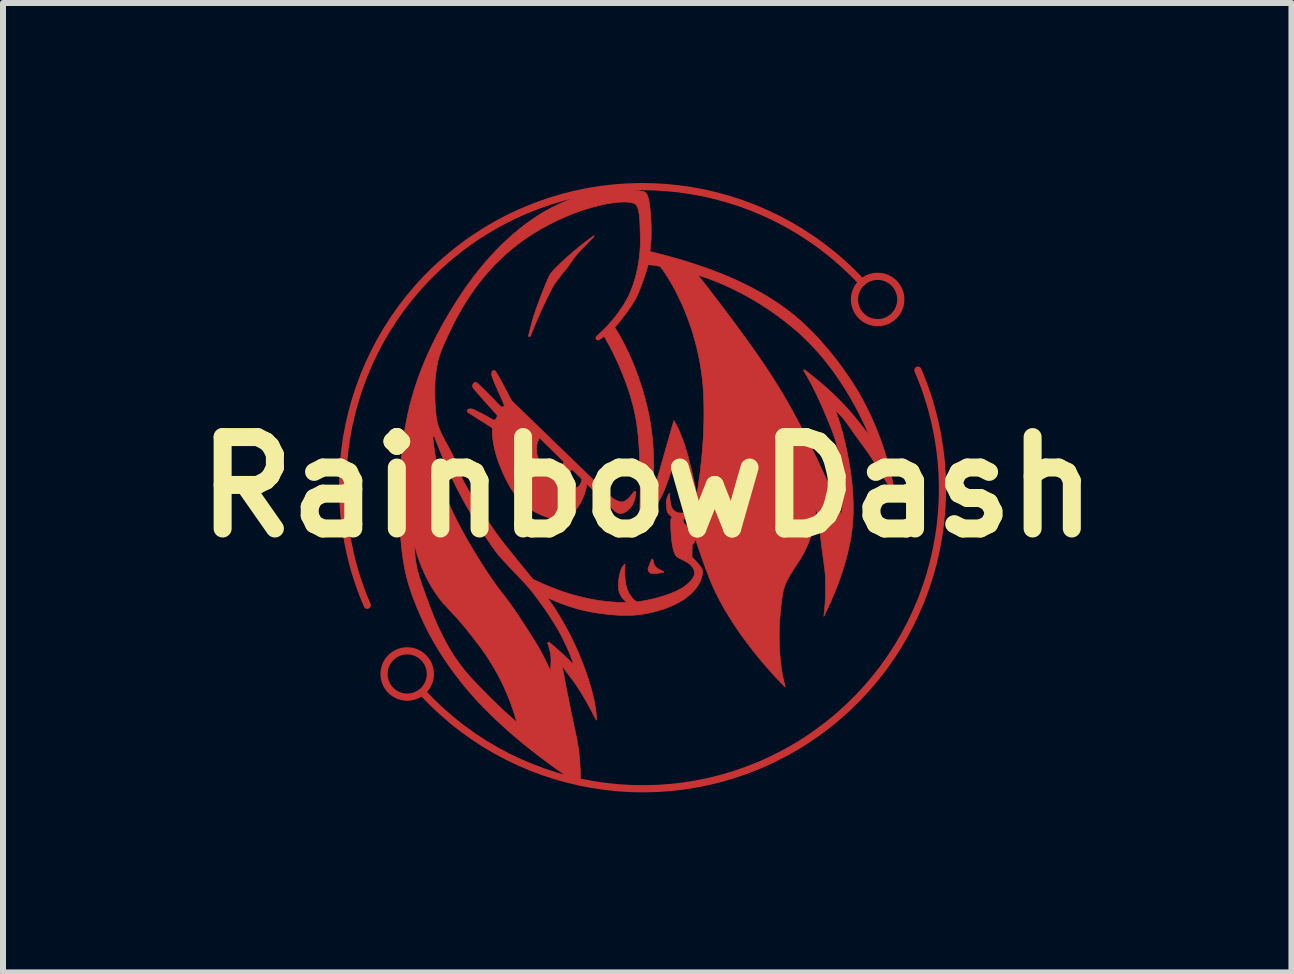
<source format=kicad_pcb>
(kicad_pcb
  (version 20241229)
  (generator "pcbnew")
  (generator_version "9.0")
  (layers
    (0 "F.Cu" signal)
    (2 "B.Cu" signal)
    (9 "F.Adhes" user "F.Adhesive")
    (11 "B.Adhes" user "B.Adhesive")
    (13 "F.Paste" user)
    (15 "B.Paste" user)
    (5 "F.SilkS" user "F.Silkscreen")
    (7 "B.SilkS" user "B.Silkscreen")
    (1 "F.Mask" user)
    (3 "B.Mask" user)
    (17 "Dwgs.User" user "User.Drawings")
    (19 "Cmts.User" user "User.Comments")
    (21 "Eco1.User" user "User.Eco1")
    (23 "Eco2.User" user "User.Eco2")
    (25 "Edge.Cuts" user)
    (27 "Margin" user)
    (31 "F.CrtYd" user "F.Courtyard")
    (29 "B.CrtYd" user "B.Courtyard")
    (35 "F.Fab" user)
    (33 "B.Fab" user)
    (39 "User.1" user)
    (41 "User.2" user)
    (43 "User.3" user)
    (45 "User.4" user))
  (footprint "RainbowDash"
    (layer "F.Cu")
    (at 7.736 5.068)
    (property "Reference" "RainbowDash" (at 0 0 0) (layer "F.SilkS") (effects (font (size 1.524 1.524) (thickness 0.3))))
    (attr through_hole)
    (fp_arc (start -4.66587 1.969014) (mid -2.810168 -4.196225) (end 3.580218 -3.410876) (stroke (width 0.12) (type default)) (layer "F.Cu"))
    (fp_arc (start 4.510292 -1.949936) (mid 2.65459 4.215302) (end -3.735796 3.429954) (stroke (width 0.12) (type default)) (layer "F.Cu"))
    (fp_circle (center -4 3.114) (end -3.614 3.114) (stroke (width 0.12) (type default)) (fill no) (layer "F.Cu"))
    (fp_circle (center 3.84 -3.127) (end 3.454 -3.127) (stroke (width 0.12) (type default)) (fill no) (layer "F.Cu"))
    (fp_poly (pts (xy 0.09 1.2) (xy 0.095 1.206) (xy 0.099 1.216) (xy 0.1 1.225) (xy 0.103 1.245) (xy 0.109 1.267) (xy 0.115 1.287) (xy 0.12 1.298) (xy 0.132 1.317) (xy 0.149 1.336) (xy 0.17 1.353) (xy 0.197 1.37) (xy 0.229 1.386) (xy 0.25 1.396) (xy 0.261 1.401) (xy 0.269 1.404) (xy 0.273 1.407) (xy 0.276 1.41) (xy 0.276 1.413) (xy 0.276 1.419) (xy 0.271 1.422) (xy 0.271 1.422) (xy 0.267 1.423) (xy 0.258 1.425) (xy 0.246 1.426) (xy 0.231 1.428) (xy 0.214 1.431) (xy 0.196 1.433) (xy 0.177 1.435) (xy 0.159 1.437) (xy 0.141 1.439) (xy 0.125 1.44) (xy 0.111 1.442) (xy 0.101 1.442) (xy 0.095 1.443) (xy 0.085 1.442) (xy 0.074 1.44) (xy 0.069 1.439) (xy 0.052 1.431) (xy 0.037 1.421) (xy 0.026 1.407) (xy 0.017 1.392) (xy 0.013 1.375) (xy 0.013 1.37) (xy 0.013 1.365) (xy 0.014 1.359) (xy 0.016 1.352) (xy 0.019 1.343) (xy 0.023 1.332) (xy 0.028 1.317) (xy 0.035 1.298) (xy 0.042 1.281) (xy 0.049 1.262) (xy 0.056 1.245) (xy 0.062 1.23) (xy 0.068 1.218) (xy 0.072 1.208) (xy 0.075 1.203) (xy 0.075 1.202) (xy 0.083 1.199) (xy 0.09 1.2)) (stroke (width 0.01) (type solid)) (fill yes) (layer "F.Cu"))
    (fp_poly (pts (xy -0.886 -4.185) (xy -0.884 -4.182) (xy -0.885 -4.18) (xy -0.888 -4.176) (xy -0.893 -4.17) (xy -0.9 -4.161) (xy -0.91 -4.151) (xy -0.924 -4.137) (xy -0.94 -4.121) (xy -0.959 -4.102) (xy -1.008 -4.052) (xy -1.054 -4.006) (xy -1.095 -3.962) (xy -1.133 -3.921) (xy -1.156 -3.895) (xy -1.173 -3.875) (xy -1.188 -3.858) (xy -1.201 -3.842) (xy -1.213 -3.827) (xy -1.225 -3.811) (xy -1.237 -3.793) (xy -1.248 -3.778) (xy -1.268 -3.749) (xy -1.286 -3.724) (xy -1.302 -3.701) (xy -1.316 -3.681) (xy -1.33 -3.662) (xy -1.344 -3.644) (xy -1.358 -3.627) (xy -1.372 -3.609) (xy -1.388 -3.589) (xy -1.405 -3.568) (xy -1.408 -3.565) (xy -1.426 -3.543) (xy -1.445 -3.518) (xy -1.465 -3.492) (xy -1.485 -3.466) (xy -1.504 -3.441) (xy -1.522 -3.416) (xy -1.538 -3.395) (xy -1.548 -3.379) (xy -1.555 -3.368) (xy -1.564 -3.353) (xy -1.575 -3.334) (xy -1.587 -3.311) (xy -1.6 -3.285) (xy -1.615 -3.257) (xy -1.631 -3.226) (xy -1.647 -3.193) (xy -1.664 -3.159) (xy -1.681 -3.124) (xy -1.698 -3.088) (xy -1.716 -3.052) (xy -1.733 -3.016) (xy -1.749 -2.98) (xy -1.765 -2.945) (xy -1.774 -2.927) (xy -1.792 -2.886) (xy -1.812 -2.84) (xy -1.833 -2.792) (xy -1.854 -2.742) (xy -1.875 -2.692) (xy -1.896 -2.642) (xy -1.915 -2.594) (xy -1.929 -2.56) (xy -1.936 -2.542) (xy -1.942 -2.529) (xy -1.946 -2.52) (xy -1.95 -2.513) (xy -1.952 -2.509) (xy -1.955 -2.507) (xy -1.955 -2.507) (xy -1.961 -2.505) (xy -1.965 -2.505) (xy -1.97 -2.508) (xy -1.972 -2.51) (xy -1.977 -2.515) (xy -1.979 -2.519) (xy -1.979 -2.519) (xy -1.978 -2.523) (xy -1.976 -2.531) (xy -1.973 -2.543) (xy -1.97 -2.558) (xy -1.965 -2.576) (xy -1.96 -2.596) (xy -1.955 -2.618) (xy -1.949 -2.64) (xy -1.943 -2.663) (xy -1.938 -2.686) (xy -1.932 -2.708) (xy -1.926 -2.729) (xy -1.921 -2.748) (xy -1.917 -2.765) (xy -1.913 -2.778) (xy -1.911 -2.784) (xy -1.901 -2.817) (xy -1.891 -2.852) (xy -1.879 -2.889) (xy -1.865 -2.929) (xy -1.851 -2.971) (xy -1.834 -3.017) (xy -1.816 -3.066) (xy -1.798 -3.114) (xy -1.776 -3.174) (xy -1.755 -3.229) (xy -1.734 -3.281) (xy -1.715 -3.329) (xy -1.697 -3.374) (xy -1.68 -3.414) (xy -1.665 -3.449) (xy -1.651 -3.481) (xy -1.638 -3.508) (xy -1.626 -3.531) (xy -1.616 -3.548) (xy -1.608 -3.562) (xy -1.607 -3.563) (xy -1.592 -3.582) (xy -1.573 -3.604) (xy -1.551 -3.628) (xy -1.525 -3.655) (xy -1.496 -3.684) (xy -1.465 -3.714) (xy -1.431 -3.747) (xy -1.395 -3.78) (xy -1.357 -3.814) (xy -1.317 -3.85) (xy -1.276 -3.885) (xy -1.234 -3.921) (xy -1.191 -3.957) (xy -1.147 -3.993) (xy -1.104 -4.029) (xy -1.06 -4.063) (xy -1.041 -4.078) (xy -1.014 -4.099) (xy -0.99 -4.118) (xy -0.967 -4.135) (xy -0.946 -4.15) (xy -0.929 -4.163) (xy -0.914 -4.173) (xy -0.903 -4.181) (xy -0.894 -4.186) (xy -0.89 -4.188) (xy -0.889 -4.188) (xy -0.886 -4.185)) (stroke (width 0.01) (type solid)) (fill yes) (layer "F.Cu"))
    (fp_poly (pts (xy -2.549 -1.946) (xy -2.538 -1.94) (xy -2.538 -1.94) (xy -2.533 -1.936) (xy -2.527 -1.927) (xy -2.518 -1.915) (xy -2.508 -1.898) (xy -2.495 -1.878) (xy -2.481 -1.853) (xy -2.464 -1.824) (xy -2.446 -1.79) (xy -2.425 -1.752) (xy -2.402 -1.71) (xy -2.378 -1.664) (xy -2.351 -1.612) (xy -2.342 -1.595) (xy -2.326 -1.566) (xy -2.313 -1.54) (xy -2.302 -1.519) (xy -2.292 -1.5) (xy -2.284 -1.485) (xy -2.277 -1.473) (xy -2.271 -1.463) (xy -2.266 -1.454) (xy -2.262 -1.448) (xy -2.259 -1.443) (xy -2.255 -1.438) (xy -2.252 -1.434) (xy -2.248 -1.43) (xy -2.247 -1.428) (xy -2.244 -1.425) (xy -2.237 -1.419) (xy -2.227 -1.409) (xy -2.214 -1.396) (xy -2.197 -1.38) (xy -2.178 -1.362) (xy -2.156 -1.34) (xy -2.13 -1.315) (xy -2.102 -1.288) (xy -2.072 -1.259) (xy -2.039 -1.227) (xy -2.004 -1.192) (xy -1.966 -1.156) (xy -1.926 -1.118) (xy -1.885 -1.077) (xy -1.841 -1.035) (xy -1.796 -0.991) (xy -1.749 -0.946) (xy -1.701 -0.899) (xy -1.651 -0.851) (xy -1.6 -0.801) (xy -1.548 -0.751) (xy -1.495 -0.699) (xy -1.44 -0.647) (xy -1.412 -0.62) (xy -1.347 -0.556) (xy -1.285 -0.497) (xy -1.227 -0.44) (xy -1.172 -0.387) (xy -1.12 -0.337) (xy -1.071 -0.29) (xy -1.026 -0.246) (xy -0.983 -0.204) (xy -0.943 -0.166) (xy -0.906 -0.13) (xy -0.871 -0.097) (xy -0.839 -0.066) (xy -0.81 -0.037) (xy -0.783 -0.011) (xy -0.758 0.013) (xy -0.735 0.035) (xy -0.714 0.055) (xy -0.695 0.073) (xy -0.678 0.09) (xy -0.662 0.104) (xy -0.648 0.117) (xy -0.636 0.129) (xy -0.625 0.139) (xy -0.615 0.148) (xy -0.607 0.156) (xy -0.599 0.163) (xy -0.593 0.169) (xy -0.587 0.174) (xy -0.583 0.178) (xy -0.579 0.181) (xy -0.575 0.184) (xy -0.572 0.186) (xy -0.569 0.188) (xy -0.568 0.189) (xy -0.545 0.204) (xy -0.52 0.217) (xy -0.496 0.228) (xy -0.473 0.237) (xy -0.467 0.239) (xy -0.454 0.243) (xy -0.44 0.245) (xy -0.424 0.245) (xy -0.424 0.245) (xy -0.412 0.245) (xy -0.404 0.244) (xy -0.396 0.243) (xy -0.389 0.24) (xy -0.383 0.237) (xy -0.359 0.223) (xy -0.334 0.205) (xy -0.309 0.182) (xy -0.282 0.153) (xy -0.255 0.12) (xy -0.234 0.091) (xy -0.227 0.083) (xy -0.222 0.076) (xy -0.218 0.071) (xy -0.217 0.07) (xy -0.211 0.069) (xy -0.203 0.07) (xy -0.196 0.073) (xy -0.192 0.076) (xy -0.19 0.079) (xy -0.189 0.082) (xy -0.189 0.087) (xy -0.189 0.093) (xy -0.19 0.102) (xy -0.192 0.115) (xy -0.2 0.163) (xy -0.21 0.207) (xy -0.223 0.247) (xy -0.24 0.283) (xy -0.259 0.316) (xy -0.282 0.346) (xy -0.308 0.373) (xy -0.337 0.397) (xy -0.354 0.409) (xy -0.378 0.424) (xy -0.401 0.434) (xy -0.421 0.44) (xy -0.441 0.442) (xy -0.461 0.439) (xy -0.465 0.438) (xy -0.48 0.434) (xy -0.497 0.427) (xy -0.514 0.418) (xy -0.529 0.409) (xy -0.534 0.406) (xy -0.538 0.403) (xy -0.544 0.397) (xy -0.554 0.387) (xy -0.567 0.375) (xy -0.583 0.36) (xy -0.601 0.343) (xy -0.621 0.323) (xy -0.643 0.302) (xy -0.667 0.278) (xy -0.693 0.254) (xy -0.719 0.227) (xy -0.747 0.2) (xy -0.775 0.173) (xy -0.804 0.145) (xy -0.831 0.118) (xy -0.858 0.092) (xy -0.882 0.068) (xy -0.906 0.046) (xy -0.927 0.025) (xy -0.946 0.007) (xy -0.963 -0.01) (xy -0.978 -0.023) (xy -0.989 -0.034) (xy -0.998 -0.043) (xy -1.004 -0.048) (xy -1.006 -0.049) (xy -1.006 -0.049) (xy -1.007 -0.046) (xy -1.008 -0.039) (xy -1.01 -0.029) (xy -1.01 -0.025) (xy -1.018 0.014) (xy -1.028 0.056) (xy -1.042 0.1) (xy -1.058 0.145) (xy -1.077 0.189) (xy -1.097 0.233) (xy -1.12 0.275) (xy -1.137 0.304) (xy -1.148 0.32) (xy -1.16 0.339) (xy -1.174 0.358) (xy -1.188 0.379) (xy -1.204 0.401) (xy -1.219 0.422) (xy -1.235 0.444) (xy -1.25 0.464) (xy -1.265 0.484) (xy -1.278 0.502) (xy -1.291 0.518) (xy -1.302 0.531) (xy -1.311 0.542) (xy -1.318 0.55) (xy -1.322 0.554) (xy -1.323 0.554) (xy -1.327 0.555) (xy -1.335 0.555) (xy -1.347 0.556) (xy -1.362 0.556) (xy -1.378 0.556) (xy -1.395 0.556) (xy -1.412 0.555) (xy -1.428 0.555) (xy -1.443 0.554) (xy -1.456 0.554) (xy -1.459 0.553) (xy -1.486 0.551) (xy -1.513 0.547) (xy -1.541 0.541) (xy -1.57 0.534) (xy -1.602 0.525) (xy -1.637 0.514) (xy -1.642 0.512) (xy -1.703 0.49) (xy -1.762 0.466) (xy -1.819 0.441) (xy -1.872 0.414) (xy -1.921 0.386) (xy -1.956 0.364) (xy -2.004 0.33) (xy -2.051 0.29) (xy -2.098 0.245) (xy -2.143 0.196) (xy -2.187 0.141) (xy -2.231 0.082) (xy -2.252 0.051) (xy -2.27 0.023) (xy -2.286 -0.003) (xy -2.302 -0.03) (xy -2.318 -0.059) (xy -2.334 -0.089) (xy -2.351 -0.123) (xy -2.352 -0.125) (xy -2.361 -0.144) (xy -1.345 -0.144) (xy -1.344 -0.119) (xy -1.344 -0.116) (xy -1.338 -0.089) (xy -1.328 -0.065) (xy -1.315 -0.042) (xy -1.299 -0.023) (xy -1.28 -0.007) (xy -1.259 0.005) (xy -1.239 0.012) (xy -1.224 0.014) (xy -1.21 0.015) (xy -1.196 0.012) (xy -1.193 0.011) (xy -1.172 0.004) (xy -1.154 -0.007) (xy -1.136 -0.022) (xy -1.122 -0.039) (xy -1.11 -0.059) (xy -1.1 -0.083) (xy -1.093 -0.111) (xy -1.091 -0.117) (xy -1.088 -0.134) (xy -1.169 -0.212) (xy -1.185 -0.229) (xy -1.201 -0.244) (xy -1.216 -0.258) (xy -1.228 -0.27) (xy -1.239 -0.279) (xy -1.247 -0.286) (xy -1.252 -0.291) (xy -1.253 -0.292) (xy -1.257 -0.29) (xy -1.263 -0.286) (xy -1.271 -0.278) (xy -1.28 -0.269) (xy -1.29 -0.259) (xy -1.299 -0.249) (xy -1.308 -0.239) (xy -1.314 -0.23) (xy -1.318 -0.225) (xy -1.331 -0.198) (xy -1.34 -0.171) (xy -1.345 -0.144) (xy -2.361 -0.144) (xy -2.396 -0.216) (xy -2.435 -0.305) (xy -2.47 -0.393) (xy -2.5 -0.479) (xy -2.526 -0.565) (xy -2.544 -0.636) (xy -1.845 -0.636) (xy -1.845 -0.611) (xy -1.844 -0.587) (xy -1.842 -0.566) (xy -1.839 -0.555) (xy -1.829 -0.514) (xy -1.814 -0.476) (xy -1.795 -0.439) (xy -1.773 -0.406) (xy -1.748 -0.376) (xy -1.736 -0.363) (xy -1.72 -0.35) (xy -1.701 -0.338) (xy -1.679 -0.327) (xy -1.655 -0.316) (xy -1.631 -0.308) (xy -1.607 -0.302) (xy -1.597 -0.3) (xy -1.584 -0.299) (xy -1.568 -0.298) (xy -1.551 -0.299) (xy -1.534 -0.299) (xy -1.519 -0.301) (xy -1.508 -0.303) (xy -1.507 -0.303) (xy -1.481 -0.313) (xy -1.457 -0.327) (xy -1.436 -0.344) (xy -1.418 -0.366) (xy -1.405 -0.39) (xy -1.398 -0.407) (xy -1.392 -0.425) (xy -1.405 -0.438) (xy -1.409 -0.442) (xy -1.416 -0.449) (xy -1.426 -0.459) (xy -1.439 -0.471) (xy -1.455 -0.487) (xy -1.472 -0.504) (xy -1.492 -0.524) (xy -1.514 -0.545) (xy -1.537 -0.568) (xy -1.562 -0.592) (xy -1.587 -0.617) (xy -1.607 -0.636) (xy -1.796 -0.821) (xy -1.806 -0.801) (xy -1.816 -0.779) (xy -1.825 -0.754) (xy -1.833 -0.728) (xy -1.839 -0.703) (xy -1.843 -0.684) (xy -1.845 -0.661) (xy -1.845 -0.636) (xy -2.544 -0.636) (xy -2.547 -0.649) (xy -2.563 -0.732) (xy -2.576 -0.814) (xy -2.578 -0.838) (xy -2.579 -0.849) (xy -2.58 -0.863) (xy -2.581 -0.88) (xy -2.581 -0.899) (xy -2.582 -0.918) (xy -2.582 -0.925) (xy -2.582 -0.945) (xy -2.582 -0.959) (xy -2.583 -0.97) (xy -2.583 -0.978) (xy -2.584 -0.984) (xy -2.585 -0.987) (xy -2.586 -0.989) (xy -2.587 -0.991) (xy -2.59 -0.993) (xy -2.597 -0.997) (xy -2.607 -1.004) (xy -2.621 -1.013) (xy -2.638 -1.024) (xy -2.658 -1.036) (xy -2.68 -1.05) (xy -2.704 -1.065) (xy -2.73 -1.082) (xy -2.757 -1.099) (xy -2.785 -1.116) (xy -2.814 -1.134) (xy -2.841 -1.152) (xy -2.867 -1.168) (xy -2.891 -1.183) (xy -2.913 -1.197) (xy -2.933 -1.21) (xy -2.95 -1.22) (xy -2.964 -1.229) (xy -2.974 -1.236) (xy -2.981 -1.24) (xy -2.984 -1.242) (xy -2.993 -1.251) (xy -2.998 -1.263) (xy -3 -1.272) (xy -2.997 -1.283) (xy -2.991 -1.292) (xy -2.98 -1.299) (xy -2.966 -1.303) (xy -2.949 -1.305) (xy -2.938 -1.305) (xy -2.932 -1.305) (xy -2.927 -1.304) (xy -2.922 -1.303) (xy -2.917 -1.302) (xy -2.911 -1.3) (xy -2.903 -1.297) (xy -2.894 -1.293) (xy -2.883 -1.288) (xy -2.869 -1.282) (xy -2.852 -1.274) (xy -2.832 -1.264) (xy -2.808 -1.252) (xy -2.785 -1.241) (xy -2.74 -1.218) (xy -2.698 -1.196) (xy -2.66 -1.175) (xy -2.63 -1.157) (xy -2.61 -1.145) (xy -2.594 -1.136) (xy -2.581 -1.128) (xy -2.57 -1.123) (xy -2.562 -1.12) (xy -2.556 -1.118) (xy -2.551 -1.118) (xy -2.546 -1.119) (xy -2.542 -1.121) (xy -2.539 -1.123) (xy -2.529 -1.131) (xy -2.519 -1.142) (xy -2.511 -1.155) (xy -2.504 -1.169) (xy -2.502 -1.176) (xy -2.5 -1.185) (xy -2.501 -1.194) (xy -2.502 -1.196) (xy -2.505 -1.2) (xy -2.511 -1.209) (xy -2.521 -1.221) (xy -2.534 -1.236) (xy -2.55 -1.254) (xy -2.564 -1.27) (xy -2.598 -1.307) (xy -2.631 -1.345) (xy -2.664 -1.381) (xy -2.695 -1.416) (xy -2.725 -1.449) (xy -2.753 -1.481) (xy -2.78 -1.511) (xy -2.804 -1.539) (xy -2.826 -1.564) (xy -2.845 -1.586) (xy -2.862 -1.605) (xy -2.875 -1.621) (xy -2.881 -1.628) (xy -2.893 -1.642) (xy -2.901 -1.653) (xy -2.906 -1.663) (xy -2.909 -1.672) (xy -2.911 -1.682) (xy -2.911 -1.688) (xy -2.909 -1.704) (xy -2.903 -1.719) (xy -2.895 -1.731) (xy -2.884 -1.74) (xy -2.871 -1.746) (xy -2.858 -1.747) (xy -2.846 -1.745) (xy -2.842 -1.742) (xy -2.834 -1.736) (xy -2.823 -1.727) (xy -2.81 -1.715) (xy -2.794 -1.7) (xy -2.776 -1.683) (xy -2.756 -1.663) (xy -2.734 -1.642) (xy -2.71 -1.619) (xy -2.686 -1.595) (xy -2.661 -1.569) (xy -2.635 -1.543) (xy -2.608 -1.516) (xy -2.582 -1.489) (xy -2.555 -1.462) (xy -2.529 -1.435) (xy -2.505 -1.409) (xy -2.487 -1.391) (xy -2.473 -1.376) (xy -2.461 -1.364) (xy -2.451 -1.354) (xy -2.443 -1.347) (xy -2.436 -1.342) (xy -2.43 -1.339) (xy -2.425 -1.337) (xy -2.42 -1.336) (xy -2.414 -1.336) (xy -2.412 -1.336) (xy -2.401 -1.338) (xy -2.391 -1.344) (xy -2.385 -1.352) (xy -2.384 -1.356) (xy -2.383 -1.359) (xy -2.384 -1.362) (xy -2.384 -1.366) (xy -2.385 -1.371) (xy -2.388 -1.377) (xy -2.391 -1.386) (xy -2.395 -1.396) (xy -2.4 -1.409) (xy -2.407 -1.425) (xy -2.415 -1.444) (xy -2.425 -1.466) (xy -2.437 -1.492) (xy -2.45 -1.522) (xy -2.461 -1.546) (xy -2.479 -1.586) (xy -2.494 -1.621) (xy -2.508 -1.653) (xy -2.521 -1.681) (xy -2.532 -1.707) (xy -2.542 -1.73) (xy -2.551 -1.752) (xy -2.559 -1.773) (xy -2.567 -1.793) (xy -2.574 -1.812) (xy -2.578 -1.822) (xy -2.583 -1.835) (xy -2.586 -1.845) (xy -2.589 -1.854) (xy -2.59 -1.861) (xy -2.591 -1.869) (xy -2.591 -1.879) (xy -2.591 -1.886) (xy -2.591 -1.901) (xy -2.59 -1.912) (xy -2.588 -1.92) (xy -2.584 -1.927) (xy -2.579 -1.933) (xy -2.573 -1.939) (xy -2.565 -1.945) (xy -2.557 -1.947) (xy -2.549 -1.946)) (stroke (width 0.01) (type solid)) (fill yes) (layer "F.Cu"))
    (fp_poly (pts (xy -0.387 -4.96) (xy -0.361 -4.96) (xy -0.337 -4.96) (xy -0.317 -4.959) (xy -0.301 -4.958) (xy -0.301 -4.958) (xy -0.272 -4.956) (xy -0.243 -4.953) (xy -0.214 -4.95) (xy -0.186 -4.947) (xy -0.158 -4.943) (xy -0.132 -4.939) (xy -0.108 -4.935) (xy -0.087 -4.931) (xy -0.068 -4.927) (xy -0.054 -4.923) (xy -0.044 -4.92) (xy -0.042 -4.919) (xy -0.029 -4.909) (xy -0.017 -4.896) (xy -0.006 -4.879) (xy 0.004 -4.858) (xy 0.013 -4.833) (xy 0.021 -4.803) (xy 0.029 -4.769) (xy 0.035 -4.731) (xy 0.041 -4.687) (xy 0.047 -4.639) (xy 0.054 -4.568) (xy 0.059 -4.5) (xy 0.063 -4.435) (xy 0.065 -4.372) (xy 0.067 -4.31) (xy 0.067 -4.271) (xy 0.067 -4.239) (xy 0.067 -4.211) (xy 0.066 -4.185) (xy 0.066 -4.162) (xy 0.065 -4.14) (xy 0.063 -4.118) (xy 0.062 -4.094) (xy 0.059 -4.069) (xy 0.057 -4.041) (xy 0.055 -4.022) (xy 0.052 -3.997) (xy 0.05 -3.977) (xy 0.048 -3.962) (xy 0.047 -3.949) (xy 0.046 -3.94) (xy 0.046 -3.934) (xy 0.046 -3.93) (xy 0.046 -3.928) (xy 0.046 -3.927) (xy 0.047 -3.927) (xy 0.05 -3.926) (xy 0.057 -3.924) (xy 0.068 -3.922) (xy 0.083 -3.918) (xy 0.101 -3.913) (xy 0.121 -3.908) (xy 0.143 -3.903) (xy 0.166 -3.897) (xy 0.19 -3.89) (xy 0.215 -3.884) (xy 0.239 -3.878) (xy 0.263 -3.871) (xy 0.286 -3.865) (xy 0.307 -3.86) (xy 0.327 -3.855) (xy 0.343 -3.85) (xy 0.348 -3.849) (xy 0.507 -3.805) (xy 0.661 -3.759) (xy 0.81 -3.711) (xy 0.955 -3.662) (xy 1.095 -3.611) (xy 1.232 -3.558) (xy 1.364 -3.503) (xy 1.491 -3.447) (xy 1.615 -3.388) (xy 1.735 -3.328) (xy 1.852 -3.265) (xy 1.885 -3.247) (xy 1.991 -3.185) (xy 2.095 -3.12) (xy 2.195 -3.054) (xy 2.291 -2.986) (xy 2.383 -2.917) (xy 2.47 -2.847) (xy 2.475 -2.842) (xy 2.555 -2.773) (xy 2.636 -2.699) (xy 2.717 -2.621) (xy 2.797 -2.539) (xy 2.876 -2.453) (xy 2.955 -2.364) (xy 3.033 -2.272) (xy 3.109 -2.178) (xy 3.184 -2.082) (xy 3.256 -1.984) (xy 3.326 -1.885) (xy 3.393 -1.785) (xy 3.458 -1.685) (xy 3.519 -1.584) (xy 3.576 -1.483) (xy 3.63 -1.383) (xy 3.63 -1.383) (xy 3.692 -1.259) (xy 3.751 -1.133) (xy 3.807 -1.003) (xy 3.859 -0.872) (xy 3.908 -0.74) (xy 3.953 -0.607) (xy 3.994 -0.473) (xy 4.031 -0.34) (xy 4.064 -0.208) (xy 4.079 -0.14) (xy 4.084 -0.115) (xy 4.089 -0.09) (xy 4.094 -0.063) (xy 4.099 -0.037) (xy 4.104 -0.01) (xy 4.108 0.016) (xy 4.113 0.04) (xy 4.116 0.063) (xy 4.119 0.083) (xy 4.122 0.1) (xy 4.124 0.114) (xy 4.124 0.125) (xy 4.125 0.13) (xy 4.123 0.13) (xy 4.121 0.128) (xy 4.116 0.122) (xy 4.11 0.112) (xy 4.101 0.099) (xy 4.091 0.083) (xy 4.078 0.062) (xy 4.065 0.042) (xy 4.032 -0.011) (xy 4 -0.064) (xy 3.968 -0.115) (xy 3.937 -0.165) (xy 3.909 -0.213) (xy 3.882 -0.257) (xy 3.881 -0.259) (xy 3.847 -0.316) (xy 3.813 -0.371) (xy 3.778 -0.426) (xy 3.742 -0.481) (xy 3.705 -0.536) (xy 3.666 -0.593) (xy 3.624 -0.651) (xy 3.58 -0.712) (xy 3.533 -0.776) (xy 3.526 -0.786) (xy 3.513 -0.804) (xy 3.497 -0.825) (xy 3.48 -0.849) (xy 3.463 -0.873) (xy 3.445 -0.898) (xy 3.427 -0.923) (xy 3.411 -0.946) (xy 3.41 -0.947) (xy 3.387 -0.979) (xy 3.368 -1.007) (xy 3.35 -1.031) (xy 3.335 -1.053) (xy 3.322 -1.071) (xy 3.31 -1.088) (xy 3.299 -1.102) (xy 3.289 -1.115) (xy 3.28 -1.127) (xy 3.272 -1.138) (xy 3.264 -1.147) (xy 3.253 -1.159) (xy 3.241 -1.172) (xy 3.227 -1.187) (xy 3.212 -1.203) (xy 3.197 -1.218) (xy 3.183 -1.232) (xy 3.17 -1.244) (xy 3.159 -1.255) (xy 3.15 -1.262) (xy 3.15 -1.262) (xy 3.139 -1.271) (xy 3.145 -1.257) (xy 3.159 -1.22) (xy 3.173 -1.179) (xy 3.189 -1.133) (xy 3.204 -1.085) (xy 3.22 -1.033) (xy 3.235 -0.979) (xy 3.251 -0.924) (xy 3.266 -0.867) (xy 3.28 -0.809) (xy 3.294 -0.752) (xy 3.308 -0.694) (xy 3.309 -0.687) (xy 3.338 -0.552) (xy 3.362 -0.42) (xy 3.384 -0.29) (xy 3.401 -0.162) (xy 3.415 -0.037) (xy 3.425 0.085) (xy 3.431 0.205) (xy 3.434 0.322) (xy 3.433 0.435) (xy 3.428 0.545) (xy 3.421 0.631) (xy 3.41 0.733) (xy 3.395 0.837) (xy 3.375 0.944) (xy 3.351 1.053) (xy 3.324 1.164) (xy 3.293 1.277) (xy 3.257 1.392) (xy 3.218 1.508) (xy 3.175 1.626) (xy 3.129 1.744) (xy 3.079 1.863) (xy 3.061 1.905) (xy 3.054 1.921) (xy 3.046 1.938) (xy 3.037 1.958) (xy 3.027 1.979) (xy 3.017 2) (xy 3.007 2.022) (xy 2.997 2.044) (xy 2.987 2.065) (xy 2.977 2.085) (xy 2.968 2.104) (xy 2.961 2.12) (xy 2.954 2.133) (xy 2.949 2.144) (xy 2.945 2.151) (xy 2.943 2.154) (xy 2.943 2.154) (xy 2.943 2.152) (xy 2.944 2.145) (xy 2.945 2.137) (xy 2.945 2.133) (xy 2.948 2.111) (xy 2.951 2.085) (xy 2.954 2.054) (xy 2.957 2.02) (xy 2.96 1.983) (xy 2.963 1.943) (xy 2.966 1.901) (xy 2.967 1.875) (xy 2.968 1.859) (xy 2.969 1.838) (xy 2.969 1.815) (xy 2.97 1.789) (xy 2.97 1.76) (xy 2.97 1.73) (xy 2.97 1.699) (xy 2.971 1.667) (xy 2.97 1.636) (xy 2.97 1.605) (xy 2.97 1.576) (xy 2.97 1.548) (xy 2.969 1.523) (xy 2.969 1.502) (xy 2.968 1.484) (xy 2.967 1.47) (xy 2.967 1.467) (xy 2.965 1.441) (xy 2.962 1.415) (xy 2.96 1.387) (xy 2.956 1.357) (xy 2.952 1.324) (xy 2.947 1.289) (xy 2.942 1.249) (xy 2.936 1.206) (xy 2.931 1.171) (xy 2.927 1.139) (xy 2.922 1.103) (xy 2.917 1.065) (xy 2.912 1.026) (xy 2.907 0.987) (xy 2.902 0.95) (xy 2.898 0.916) (xy 2.896 0.894) (xy 2.889 0.838) (xy 2.883 0.786) (xy 2.878 0.739) (xy 2.872 0.696) (xy 2.868 0.657) (xy 2.863 0.622) (xy 2.859 0.59) (xy 2.854 0.561) (xy 2.85 0.534) (xy 2.846 0.51) (xy 2.842 0.488) (xy 2.838 0.468) (xy 2.835 0.449) (xy 2.831 0.431) (xy 2.826 0.415) (xy 2.825 0.408) (xy 2.821 0.395) (xy 2.818 0.384) (xy 2.815 0.375) (xy 2.813 0.371) (xy 2.812 0.368) (xy 2.811 0.366) (xy 2.81 0.368) (xy 2.81 0.373) (xy 2.809 0.381) (xy 2.809 0.394) (xy 2.809 0.397) (xy 2.808 0.436) (xy 2.804 0.48) (xy 2.798 0.526) (xy 2.79 0.576) (xy 2.779 0.627) (xy 2.767 0.68) (xy 2.753 0.733) (xy 2.737 0.788) (xy 2.719 0.841) (xy 2.701 0.894) (xy 2.685 0.937) (xy 2.666 0.981) (xy 2.646 1.026) (xy 2.624 1.071) (xy 2.602 1.113) (xy 2.58 1.152) (xy 2.574 1.163) (xy 2.568 1.173) (xy 2.56 1.187) (xy 2.549 1.203) (xy 2.537 1.222) (xy 2.524 1.242) (xy 2.51 1.264) (xy 2.495 1.286) (xy 2.484 1.303) (xy 2.457 1.344) (xy 2.433 1.382) (xy 2.411 1.416) (xy 2.392 1.448) (xy 2.374 1.476) (xy 2.359 1.503) (xy 2.345 1.528) (xy 2.333 1.552) (xy 2.322 1.575) (xy 2.312 1.597) (xy 2.303 1.62) (xy 2.299 1.628) (xy 2.291 1.651) (xy 2.283 1.673) (xy 2.276 1.694) (xy 2.27 1.715) (xy 2.265 1.738) (xy 2.26 1.762) (xy 2.255 1.789) (xy 2.251 1.82) (xy 2.247 1.847) (xy 2.228 1.991) (xy 2.215 2.134) (xy 2.205 2.275) (xy 2.2 2.413) (xy 2.2 2.549) (xy 2.204 2.683) (xy 2.213 2.815) (xy 2.219 2.877) (xy 2.229 2.963) (xy 2.24 3.046) (xy 2.253 3.125) (xy 2.268 3.2) (xy 2.285 3.271) (xy 2.286 3.275) (xy 2.29 3.291) (xy 2.294 3.305) (xy 2.297 3.316) (xy 2.299 3.325) (xy 2.3 3.33) (xy 2.3 3.33) (xy 2.299 3.33) (xy 2.294 3.327) (xy 2.287 3.32) (xy 2.277 3.31) (xy 2.264 3.298) (xy 2.248 3.282) (xy 2.231 3.264) (xy 2.211 3.243) (xy 2.189 3.22) (xy 2.166 3.196) (xy 2.162 3.191) (xy 2.07 3.091) (xy 1.98 2.989) (xy 1.892 2.887) (xy 1.808 2.783) (xy 1.726 2.679) (xy 1.647 2.575) (xy 1.571 2.471) (xy 1.498 2.367) (xy 1.429 2.263) (xy 1.364 2.16) (xy 1.302 2.058) (xy 1.244 1.957) (xy 1.191 1.858) (xy 1.142 1.76) (xy 1.112 1.697) (xy 1.088 1.643) (xy 1.063 1.585) (xy 1.037 1.522) (xy 1.011 1.454) (xy 0.983 1.382) (xy 0.955 1.305) (xy 0.925 1.223) (xy 0.895 1.137) (xy 0.864 1.046) (xy 0.849 1.002) (xy 0.805 0.87) (xy 0.8 0.883) (xy 0.792 0.901) (xy 0.786 0.915) (xy 0.781 0.926) (xy 0.777 0.934) (xy 0.773 0.94) (xy 0.77 0.945) (xy 0.767 0.948) (xy 0.763 0.952) (xy 0.762 0.952) (xy 0.75 0.962) (xy 0.746 1.166) (xy 0.792 1.212) (xy 0.822 1.245) (xy 0.849 1.275) (xy 0.872 1.303) (xy 0.891 1.329) (xy 0.905 1.352) (xy 0.916 1.373) (xy 0.922 1.391) (xy 0.924 1.401) (xy 0.924 1.415) (xy 0.922 1.432) (xy 0.919 1.453) (xy 0.915 1.475) (xy 0.909 1.498) (xy 0.902 1.521) (xy 0.894 1.542) (xy 0.893 1.547) (xy 0.871 1.595) (xy 0.844 1.642) (xy 0.813 1.687) (xy 0.776 1.73) (xy 0.736 1.772) (xy 0.69 1.812) (xy 0.641 1.851) (xy 0.586 1.887) (xy 0.527 1.922) (xy 0.464 1.954) (xy 0.397 1.985) (xy 0.325 2.014) (xy 0.255 2.038) (xy 0.161 2.067) (xy 0.067 2.091) (xy -0.027 2.11) (xy -0.12 2.124) (xy -0.214 2.134) (xy -0.309 2.138) (xy -0.312 2.138) (xy -0.386 2.138) (xy -0.462 2.136) (xy -0.542 2.131) (xy -0.623 2.124) (xy -0.706 2.115) (xy -0.789 2.105) (xy -0.871 2.092) (xy -0.951 2.078) (xy -1.03 2.061) (xy -1.092 2.047) (xy -1.162 2.029) (xy -1.236 2.007) (xy -1.311 1.983) (xy -1.388 1.956) (xy -1.465 1.927) (xy -1.542 1.895) (xy -1.618 1.863) (xy -1.628 1.858) (xy -1.639 1.853) (xy -1.649 1.849) (xy -1.656 1.846) (xy -1.66 1.845) (xy -1.66 1.845) (xy -1.659 1.847) (xy -1.655 1.852) (xy -1.649 1.861) (xy -1.642 1.871) (xy -1.638 1.877) (xy -1.573 1.97) (xy -1.51 2.068) (xy -1.448 2.169) (xy -1.387 2.274) (xy -1.328 2.381) (xy -1.272 2.489) (xy -1.219 2.599) (xy -1.173 2.699) (xy -1.136 2.784) (xy -1.101 2.869) (xy -1.068 2.954) (xy -1.036 3.038) (xy -1.007 3.121) (xy -0.98 3.203) (xy -0.955 3.284) (xy -0.932 3.362) (xy -0.912 3.439) (xy -0.894 3.513) (xy -0.879 3.583) (xy -0.867 3.651) (xy -0.857 3.715) (xy -0.852 3.759) (xy -0.851 3.776) (xy -0.849 3.793) (xy -0.848 3.811) (xy -0.847 3.828) (xy -0.847 3.845) (xy -0.846 3.859) (xy -0.846 3.871) (xy -0.846 3.879) (xy -0.847 3.884) (xy -0.848 3.885) (xy -0.85 3.882) (xy -0.853 3.875) (xy -0.859 3.865) (xy -0.866 3.852) (xy -0.874 3.837) (xy -0.882 3.821) (xy -0.885 3.815) (xy -0.923 3.742) (xy -0.96 3.674) (xy -0.995 3.61) (xy -1.029 3.549) (xy -1.062 3.493) (xy -1.094 3.439) (xy -1.125 3.389) (xy -1.156 3.341) (xy -1.186 3.296) (xy -1.216 3.253) (xy -1.246 3.212) (xy -1.254 3.201) (xy -1.269 3.182) (xy -1.285 3.16) (xy -1.302 3.138) (xy -1.318 3.116) (xy -1.333 3.096) (xy -1.341 3.086) (xy -1.354 3.07) (xy -1.366 3.053) (xy -1.377 3.036) (xy -1.388 3.022) (xy -1.396 3.009) (xy -1.4 3.002) (xy -1.407 2.992) (xy -1.412 2.984) (xy -1.416 2.978) (xy -1.417 2.976) (xy -1.417 2.976) (xy -1.417 2.98) (xy -1.416 2.988) (xy -1.413 3) (xy -1.411 3.016) (xy -1.407 3.035) (xy -1.403 3.056) (xy -1.399 3.08) (xy -1.394 3.106) (xy -1.389 3.133) (xy -1.384 3.161) (xy -1.378 3.19) (xy -1.373 3.218) (xy -1.368 3.246) (xy -1.363 3.274) (xy -1.361 3.28) (xy -1.345 3.364) (xy -1.328 3.45) (xy -1.311 3.538) (xy -1.293 3.625) (xy -1.275 3.712) (xy -1.258 3.798) (xy -1.24 3.881) (xy -1.223 3.962) (xy -1.207 4.038) (xy -1.204 4.051) (xy -1.193 4.101) (xy -1.184 4.146) (xy -1.175 4.188) (xy -1.168 4.226) (xy -1.161 4.262) (xy -1.155 4.296) (xy -1.15 4.328) (xy -1.145 4.359) (xy -1.141 4.39) (xy -1.137 4.421) (xy -1.134 4.452) (xy -1.13 4.486) (xy -1.127 4.521) (xy -1.127 4.529) (xy -1.124 4.56) (xy -1.122 4.593) (xy -1.12 4.628) (xy -1.118 4.664) (xy -1.117 4.7) (xy -1.115 4.735) (xy -1.114 4.771) (xy -1.113 4.804) (xy -1.113 4.836) (xy -1.112 4.866) (xy -1.113 4.892) (xy -1.113 4.915) (xy -1.114 4.934) (xy -1.115 4.947) (xy -1.116 4.963) (xy -1.152 4.941) (xy -1.177 4.925) (xy -1.205 4.907) (xy -1.236 4.887) (xy -1.269 4.865) (xy -1.305 4.841) (xy -1.341 4.816) (xy -1.378 4.791) (xy -1.415 4.765) (xy -1.452 4.74) (xy -1.488 4.715) (xy -1.521 4.691) (xy -1.532 4.684) (xy -1.665 4.587) (xy -1.795 4.49) (xy -1.923 4.391) (xy -2.047 4.292) (xy -2.167 4.192) (xy -2.284 4.092) (xy -2.397 3.991) (xy -2.506 3.89) (xy -2.611 3.789) (xy -2.712 3.688) (xy -2.809 3.588) (xy -2.901 3.488) (xy -2.988 3.388) (xy -3.07 3.289) (xy -3.092 3.262) (xy -3.188 3.138) (xy -3.28 3.014) (xy -3.366 2.889) (xy -3.448 2.763) (xy -3.525 2.637) (xy -3.587 2.53) (xy -3.643 2.426) (xy -3.697 2.32) (xy -3.748 2.212) (xy -3.797 2.103) (xy -3.843 1.994) (xy -3.886 1.885) (xy -3.926 1.777) (xy -3.961 1.67) (xy -3.979 1.614) (xy -4 1.54) (xy -4.019 1.462) (xy -4.037 1.381) (xy -4.053 1.297) (xy -4.068 1.208) (xy -4.081 1.116) (xy -4.092 1.02) (xy -4.096 0.983) (xy -3.876 0.983) (xy -3.876 0.992) (xy -3.875 1.004) (xy -3.875 1.019) (xy -3.875 1.035) (xy -3.874 1.052) (xy -3.873 1.07) (xy -3.872 1.087) (xy -3.872 1.103) (xy -3.871 1.117) (xy -3.87 1.129) (xy -3.87 1.129) (xy -3.867 1.161) (xy -3.863 1.191) (xy -3.86 1.221) (xy -3.855 1.251) (xy -3.851 1.28) (xy -3.845 1.309) (xy -3.839 1.339) (xy -3.832 1.37) (xy -3.824 1.402) (xy -3.815 1.435) (xy -3.805 1.47) (xy -3.793 1.507) (xy -3.781 1.546) (xy -3.767 1.588) (xy -3.752 1.633) (xy -3.735 1.681) (xy -3.716 1.733) (xy -3.696 1.789) (xy -3.674 1.849) (xy -3.662 1.881) (xy -3.641 1.937) (xy -3.622 1.989) (xy -3.604 2.037) (xy -3.586 2.081) (xy -3.57 2.123) (xy -3.555 2.162) (xy -3.539 2.199) (xy -3.524 2.234) (xy -3.51 2.268) (xy -3.495 2.302) (xy -3.479 2.335) (xy -3.464 2.369) (xy -3.447 2.403) (xy -3.43 2.438) (xy -3.411 2.475) (xy -3.406 2.485) (xy -3.359 2.575) (xy -3.312 2.661) (xy -3.264 2.742) (xy -3.214 2.82) (xy -3.162 2.896) (xy -3.108 2.969) (xy -3.052 3.041) (xy -2.993 3.112) (xy -2.975 3.133) (xy -2.944 3.168) (xy -2.909 3.206) (xy -2.871 3.247) (xy -2.829 3.291) (xy -2.783 3.338) (xy -2.734 3.388) (xy -2.681 3.441) (xy -2.626 3.497) (xy -2.616 3.507) (xy -2.579 3.543) (xy -2.545 3.576) (xy -2.513 3.607) (xy -2.484 3.636) (xy -2.455 3.663) (xy -2.427 3.69) (xy -2.399 3.716) (xy -2.371 3.742) (xy -2.341 3.769) (xy -2.31 3.797) (xy -2.295 3.81) (xy -2.27 3.833) (xy -2.248 3.852) (xy -2.23 3.868) (xy -2.215 3.881) (xy -2.203 3.891) (xy -2.194 3.899) (xy -2.187 3.905) (xy -2.182 3.909) (xy -2.179 3.91) (xy -2.177 3.911) (xy -2.177 3.91) (xy -2.178 3.907) (xy -2.18 3.9) (xy -2.182 3.889) (xy -2.186 3.876) (xy -2.191 3.86) (xy -2.193 3.851) (xy -2.235 3.718) (xy -2.281 3.587) (xy -2.332 3.458) (xy -2.387 3.332) (xy -2.447 3.209) (xy -2.511 3.088) (xy -2.58 2.969) (xy -2.653 2.853) (xy -2.658 2.845) (xy -2.681 2.81) (xy -2.704 2.776) (xy -2.727 2.743) (xy -2.752 2.708) (xy -2.777 2.673) (xy -2.804 2.637) (xy -2.833 2.599) (xy -2.864 2.559) (xy -2.897 2.516) (xy -2.933 2.47) (xy -2.961 2.435) (xy -2.991 2.398) (xy -3.018 2.364) (xy -3.044 2.332) (xy -3.068 2.303) (xy -3.092 2.275) (xy -3.115 2.247) (xy -3.139 2.22) (xy -3.163 2.192) (xy -3.189 2.164) (xy -3.217 2.134) (xy -3.247 2.101) (xy -3.279 2.066) (xy -3.296 2.049) (xy -3.321 2.021) (xy -3.343 1.997) (xy -3.363 1.976) (xy -3.38 1.957) (xy -3.396 1.94) (xy -3.41 1.924) (xy -3.422 1.908) (xy -3.435 1.894) (xy -3.447 1.878) (xy -3.459 1.863) (xy -3.472 1.846) (xy -3.476 1.841) (xy -3.532 1.762) (xy -3.585 1.679) (xy -3.635 1.593) (xy -3.682 1.503) (xy -3.726 1.411) (xy -3.766 1.316) (xy -3.802 1.219) (xy -3.835 1.12) (xy -3.861 1.028) (xy -3.865 1.013) (xy -3.869 0.999) (xy -3.872 0.988) (xy -3.874 0.981) (xy -3.875 0.977) (xy -3.875 0.977) (xy -3.875 0.978) (xy -3.876 0.983) (xy -4.096 0.983) (xy -4.102 0.92) (xy -4.11 0.815) (xy -4.117 0.706) (xy -4.122 0.592) (xy -4.125 0.509) (xy -4.126 0.486) (xy -4.126 0.459) (xy -4.127 0.427) (xy -4.127 0.393) (xy -4.127 0.356) (xy -4.127 0.317) (xy -4.127 0.277) (xy -4.127 0.236) (xy -4.127 0.195) (xy -4.126 0.154) (xy -4.126 0.115) (xy -4.125 0.078) (xy -4.125 0.043) (xy -4.124 0.011) (xy -4.124 -0.018) (xy -4.123 -0.042) (xy -4.123 -0.047) (xy -4.119 -0.128) (xy -4.116 -0.205) (xy -4.112 -0.277) (xy -4.108 -0.346) (xy -4.103 -0.412) (xy -4.099 -0.475) (xy -4.093 -0.536) (xy -4.088 -0.595) (xy -4.082 -0.653) (xy -4.075 -0.711) (xy -4.068 -0.768) (xy -4.06 -0.826) (xy -4.06 -0.829) (xy -3.571 -0.829) (xy -3.571 -0.819) (xy -3.57 -0.806) (xy -3.568 -0.789) (xy -3.566 -0.768) (xy -3.563 -0.743) (xy -3.562 -0.734) (xy -3.551 -0.65) (xy -3.539 -0.564) (xy -3.525 -0.48) (xy -3.509 -0.395) (xy -3.492 -0.312) (xy -3.474 -0.231) (xy -3.454 -0.153) (xy -3.434 -0.077) (xy -3.412 -0.006) (xy -3.39 0.062) (xy -3.383 0.083) (xy -3.361 0.141) (xy -3.336 0.204) (xy -3.308 0.27) (xy -3.277 0.339) (xy -3.244 0.411) (xy -3.207 0.486) (xy -3.168 0.563) (xy -3.127 0.642) (xy -3.084 0.724) (xy -3.038 0.807) (xy -2.99 0.891) (xy -2.94 0.977) (xy -2.903 1.04) (xy -2.866 1.101) (xy -2.829 1.163) (xy -2.791 1.224) (xy -2.752 1.284) (xy -2.714 1.344) (xy -2.676 1.402) (xy -2.639 1.458) (xy -2.603 1.511) (xy -2.567 1.562) (xy -2.534 1.61) (xy -2.502 1.654) (xy -2.472 1.694) (xy -2.469 1.698) (xy -2.458 1.712) (xy -2.446 1.728) (xy -2.432 1.746) (xy -2.417 1.765) (xy -2.402 1.784) (xy -2.39 1.8) (xy -2.368 1.828) (xy -2.346 1.856) (xy -2.325 1.885) (xy -2.304 1.914) (xy -2.282 1.943) (xy -2.261 1.974) (xy -2.238 2.006) (xy -2.214 2.04) (xy -2.19 2.076) (xy -2.164 2.115) (xy -2.136 2.157) (xy -2.107 2.201) (xy -2.075 2.249) (xy -2.042 2.301) (xy -2.017 2.339) (xy -1.985 2.388) (xy -1.956 2.434) (xy -1.929 2.475) (xy -1.905 2.514) (xy -1.882 2.55) (xy -1.862 2.584) (xy -1.842 2.617) (xy -1.824 2.647) (xy -1.806 2.677) (xy -1.79 2.707) (xy -1.773 2.736) (xy -1.757 2.766) (xy -1.741 2.796) (xy -1.728 2.821) (xy -1.715 2.846) (xy -1.701 2.873) (xy -1.688 2.901) (xy -1.674 2.929) (xy -1.661 2.956) (xy -1.65 2.981) (xy -1.639 3.005) (xy -1.63 3.026) (xy -1.623 3.044) (xy -1.62 3.051) (xy -1.618 3.057) (xy -1.616 3.059) (xy -1.615 3.059) (xy -1.614 3.056) (xy -1.613 3.049) (xy -1.612 3.038) (xy -1.611 3.024) (xy -1.609 3.009) (xy -1.609 3.006) (xy -1.607 2.985) (xy -1.606 2.961) (xy -1.605 2.936) (xy -1.604 2.91) (xy -1.604 2.885) (xy -1.604 2.862) (xy -1.605 2.84) (xy -1.606 2.822) (xy -1.607 2.807) (xy -1.607 2.803) (xy -1.613 2.768) (xy -1.62 2.734) (xy -1.629 2.7) (xy -1.639 2.664) (xy -1.646 2.641) (xy -1.651 2.626) (xy -1.655 2.615) (xy -1.657 2.607) (xy -1.658 2.601) (xy -1.657 2.597) (xy -1.657 2.595) (xy -1.651 2.588) (xy -1.643 2.584) (xy -1.635 2.584) (xy -1.632 2.586) (xy -1.625 2.591) (xy -1.615 2.599) (xy -1.603 2.609) (xy -1.588 2.622) (xy -1.571 2.636) (xy -1.553 2.652) (xy -1.534 2.668) (xy -1.514 2.686) (xy -1.494 2.704) (xy -1.473 2.722) (xy -1.453 2.741) (xy -1.45 2.743) (xy -1.433 2.759) (xy -1.413 2.777) (xy -1.392 2.797) (xy -1.368 2.819) (xy -1.341 2.844) (xy -1.311 2.872) (xy -1.278 2.904) (xy -1.25 2.93) (xy -1.242 2.938) (xy -1.234 2.945) (xy -1.229 2.949) (xy -1.227 2.951) (xy -1.227 2.951) (xy -1.228 2.947) (xy -1.23 2.939) (xy -1.234 2.927) (xy -1.24 2.913) (xy -1.246 2.896) (xy -1.253 2.877) (xy -1.261 2.857) (xy -1.269 2.836) (xy -1.277 2.816) (xy -1.285 2.795) (xy -1.293 2.775) (xy -1.3 2.757) (xy -1.307 2.742) (xy -1.309 2.736) (xy -1.34 2.666) (xy -1.372 2.597) (xy -1.405 2.529) (xy -1.44 2.462) (xy -1.477 2.394) (xy -1.517 2.326) (xy -1.558 2.257) (xy -1.603 2.187) (xy -1.65 2.115) (xy -1.7 2.041) (xy -1.753 1.966) (xy -1.81 1.887) (xy -1.867 1.811) (xy -1.884 1.789) (xy -1.899 1.769) (xy -1.914 1.749) (xy -1.929 1.731) (xy -1.944 1.712) (xy -1.96 1.694) (xy -1.976 1.675) (xy -1.993 1.656) (xy -2.011 1.635) (xy -2.031 1.613) (xy -2.053 1.589) (xy -2.077 1.564) (xy -2.103 1.535) (xy -2.133 1.504) (xy -2.165 1.47) (xy -2.181 1.454) (xy -2.223 1.41) (xy -2.262 1.368) (xy -2.298 1.331) (xy -2.33 1.296) (xy -2.36 1.265) (xy -2.386 1.236) (xy -2.41 1.21) (xy -2.431 1.187) (xy -2.45 1.166) (xy -2.465 1.148) (xy -2.481 1.13) (xy -2.498 1.108) (xy -2.518 1.082) (xy -2.54 1.052) (xy -2.563 1.019) (xy -2.588 0.984) (xy -2.615 0.946) (xy -2.642 0.905) (xy -2.671 0.863) (xy -2.7 0.818) (xy -2.73 0.773) (xy -2.76 0.726) (xy -2.79 0.679) (xy -2.821 0.631) (xy -2.851 0.584) (xy -2.88 0.536) (xy -2.909 0.489) (xy -2.938 0.442) (xy -2.965 0.397) (xy -2.991 0.353) (xy -3.015 0.311) (xy -3.038 0.27) (xy -3.047 0.254) (xy -3.111 0.136) (xy -3.175 0.013) (xy -3.237 -0.113) (xy -3.298 -0.242) (xy -3.357 -0.372) (xy -3.413 -0.504) (xy -3.467 -0.636) (xy -3.518 -0.768) (xy -3.519 -0.771) (xy -3.526 -0.789) (xy -3.532 -0.805) (xy -3.538 -0.819) (xy -3.542 -0.831) (xy -3.546 -0.839) (xy -3.548 -0.844) (xy -3.548 -0.844) (xy -3.553 -0.846) (xy -3.56 -0.846) (xy -3.567 -0.844) (xy -3.568 -0.843) (xy -3.569 -0.841) (xy -3.57 -0.836) (xy -3.571 -0.829) (xy -4.06 -0.829) (xy -4.059 -0.838) (xy -4.037 -0.979) (xy -4.011 -1.118) (xy -3.982 -1.257) (xy -3.949 -1.394) (xy -3.911 -1.53) (xy -3.887 -1.611) (xy -3.54 -1.611) (xy -3.539 -1.519) (xy -3.536 -1.423) (xy -3.529 -1.323) (xy -3.521 -1.219) (xy -3.52 -1.216) (xy -3.517 -1.182) (xy -3.512 -1.149) (xy -3.507 -1.117) (xy -3.5 -1.086) (xy -3.492 -1.055) (xy -3.483 -1.024) (xy -3.472 -0.992) (xy -3.459 -0.959) (xy -3.445 -0.925) (xy -3.428 -0.889) (xy -3.409 -0.85) (xy -3.388 -0.809) (xy -3.364 -0.764) (xy -3.339 -0.719) (xy -3.318 -0.681) (xy -3.299 -0.647) (xy -3.282 -0.616) (xy -3.268 -0.588) (xy -3.254 -0.562) (xy -3.243 -0.538) (xy -3.232 -0.514) (xy -3.222 -0.492) (xy -3.212 -0.469) (xy -3.203 -0.446) (xy -3.194 -0.422) (xy -3.185 -0.396) (xy -3.175 -0.368) (xy -3.174 -0.363) (xy -3.162 -0.331) (xy -3.15 -0.298) (xy -3.138 -0.266) (xy -3.124 -0.233) (xy -3.109 -0.2) (xy -3.093 -0.166) (xy -3.076 -0.13) (xy -3.058 -0.094) (xy -3.038 -0.056) (xy -3.017 -0.017) (xy -2.993 0.025) (xy -2.968 0.068) (xy -2.941 0.113) (xy -2.912 0.161) (xy -2.881 0.212) (xy -2.847 0.266) (xy -2.811 0.323) (xy -2.773 0.383) (xy -2.731 0.446) (xy -2.687 0.513) (xy -2.654 0.565) (xy -2.633 0.596) (xy -2.613 0.625) (xy -2.594 0.654) (xy -2.575 0.682) (xy -2.557 0.709) (xy -2.538 0.735) (xy -2.52 0.761) (xy -2.501 0.788) (xy -2.481 0.815) (xy -2.461 0.842) (xy -2.44 0.87) (xy -2.417 0.899) (xy -2.394 0.93) (xy -2.369 0.962) (xy -2.342 0.995) (xy -2.314 1.031) (xy -2.284 1.069) (xy -2.251 1.109) (xy -2.216 1.152) (xy -2.179 1.198) (xy -2.139 1.248) (xy -2.096 1.3) (xy -2.057 1.348) (xy -1.904 1.535) (xy -1.87 1.551) (xy -1.746 1.608) (xy -1.623 1.66) (xy -1.5 1.708) (xy -1.377 1.751) (xy -1.255 1.789) (xy -1.133 1.822) (xy -1.012 1.851) (xy -0.891 1.875) (xy -0.772 1.894) (xy -0.653 1.908) (xy -0.536 1.917) (xy -0.528 1.918) (xy -0.507 1.919) (xy -0.489 1.92) (xy -0.475 1.92) (xy -0.462 1.921) (xy -0.451 1.921) (xy -0.44 1.922) (xy -0.428 1.922) (xy -0.415 1.922) (xy -0.398 1.922) (xy -0.394 1.922) (xy -0.34 1.923) (xy -0.357 1.907) (xy -0.386 1.879) (xy -0.411 1.851) (xy -0.432 1.823) (xy -0.449 1.794) (xy -0.462 1.763) (xy -0.472 1.731) (xy -0.477 1.71) (xy -0.479 1.696) (xy -0.48 1.678) (xy -0.481 1.657) (xy -0.481 1.635) (xy -0.481 1.611) (xy -0.48 1.588) (xy -0.478 1.565) (xy -0.477 1.548) (xy -0.47 1.504) (xy -0.462 1.463) (xy -0.453 1.426) (xy -0.443 1.392) (xy -0.432 1.364) (xy -0.421 1.339) (xy -0.415 1.33) (xy -0.407 1.318) (xy -0.397 1.307) (xy -0.387 1.296) (xy -0.378 1.289) (xy -0.373 1.285) (xy -0.37 1.284) (xy -0.368 1.284) (xy -0.369 1.289) (xy -0.369 1.292) (xy -0.37 1.3) (xy -0.371 1.312) (xy -0.372 1.328) (xy -0.372 1.346) (xy -0.372 1.367) (xy -0.373 1.388) (xy -0.373 1.41) (xy -0.373 1.432) (xy -0.372 1.452) (xy -0.372 1.47) (xy -0.371 1.485) (xy -0.371 1.489) (xy -0.367 1.538) (xy -0.362 1.582) (xy -0.356 1.622) (xy -0.347 1.659) (xy -0.337 1.693) (xy -0.325 1.724) (xy -0.311 1.755) (xy -0.295 1.784) (xy -0.285 1.799) (xy -0.27 1.819) (xy -0.254 1.839) (xy -0.238 1.858) (xy -0.221 1.875) (xy -0.206 1.889) (xy -0.191 1.9) (xy -0.182 1.906) (xy -0.178 1.907) (xy -0.174 1.909) (xy -0.17 1.909) (xy -0.164 1.909) (xy -0.156 1.909) (xy -0.146 1.908) (xy -0.132 1.906) (xy -0.114 1.903) (xy -0.099 1.901) (xy -0.033 1.89) (xy 0.034 1.876) (xy 0.101 1.861) (xy 0.167 1.844) (xy 0.233 1.825) (xy 0.296 1.805) (xy 0.358 1.784) (xy 0.416 1.762) (xy 0.47 1.738) (xy 0.518 1.715) (xy 0.554 1.697) (xy 0.586 1.678) (xy 0.614 1.66) (xy 0.641 1.639) (xy 0.668 1.617) (xy 0.693 1.594) (xy 0.717 1.57) (xy 0.737 1.548) (xy 0.753 1.526) (xy 0.766 1.506) (xy 0.776 1.485) (xy 0.783 1.469) (xy 0.788 1.445) (xy 0.789 1.42) (xy 0.785 1.396) (xy 0.776 1.371) (xy 0.762 1.346) (xy 0.744 1.322) (xy 0.722 1.298) (xy 0.695 1.275) (xy 0.668 1.256) (xy 0.658 1.25) (xy 0.645 1.243) (xy 0.63 1.234) (xy 0.613 1.225) (xy 0.595 1.216) (xy 0.589 1.213) (xy 0.563 1.2) (xy 0.541 1.189) (xy 0.524 1.18) (xy 0.509 1.171) (xy 0.498 1.163) (xy 0.489 1.155) (xy 0.487 1.154) (xy 0.475 1.139) (xy 0.463 1.12) (xy 0.453 1.096) (xy 0.443 1.068) (xy 0.433 1.036) (xy 0.432 1.027) (xy 0.627 1.027) (xy 0.629 1.029) (xy 0.63 1.027) (xy 0.629 1.026) (xy 0.627 1.027) (xy 0.432 1.027) (xy 0.425 0.999) (xy 0.417 0.959) (xy 0.411 0.915) (xy 0.405 0.868) (xy 0.4 0.818) (xy 0.397 0.764) (xy 0.394 0.708) (xy 0.392 0.649) (xy 0.392 0.64) (xy 0.392 0.613) (xy 0.391 0.592) (xy 0.391 0.574) (xy 0.392 0.56) (xy 0.392 0.548) (xy 0.393 0.54) (xy 0.394 0.533) (xy 0.396 0.528) (xy 0.601 0.528) (xy 0.602 0.553) (xy 0.603 0.567) (xy 0.605 0.577) (xy 0.607 0.585) (xy 0.61 0.592) (xy 0.622 0.611) (xy 0.637 0.627) (xy 0.655 0.64) (xy 0.677 0.649) (xy 0.701 0.654) (xy 0.718 0.655) (xy 0.728 0.655) (xy 0.733 0.655) (xy 0.736 0.653) (xy 0.736 0.651) (xy 0.736 0.651) (xy 0.736 0.647) (xy 0.734 0.64) (xy 0.731 0.628) (xy 0.727 0.615) (xy 0.722 0.599) (xy 0.719 0.591) (xy 0.702 0.535) (xy 0.662 0.532) (xy 0.647 0.531) (xy 0.633 0.53) (xy 0.622 0.529) (xy 0.614 0.529) (xy 0.611 0.529) (xy 0.601 0.528) (xy 0.396 0.528) (xy 0.396 0.528) (xy 0.398 0.524) (xy 0.401 0.52) (xy 0.402 0.519) (xy 0.406 0.515) (xy 0.409 0.516) (xy 0.409 0.516) (xy 0.411 0.516) (xy 0.411 0.512) (xy 0.411 0.508) (xy 0.411 0.503) (xy 0.411 0.499) (xy 0.408 0.495) (xy 0.404 0.49) (xy 0.397 0.484) (xy 0.389 0.477) (xy 0.37 0.46) (xy 0.355 0.444) (xy 0.344 0.43) (xy 0.338 0.42) (xy 0.333 0.406) (xy 0.328 0.387) (xy 0.325 0.362) (xy 0.323 0.342) (xy 0.321 0.327) (xy 0.32 0.312) (xy 0.318 0.299) (xy 0.317 0.29) (xy 0.316 0.27) (xy 0.317 0.248) (xy 0.32 0.224) (xy 0.325 0.2) (xy 0.331 0.177) (xy 0.339 0.155) (xy 0.348 0.135) (xy 0.357 0.119) (xy 0.364 0.111) (xy 0.37 0.105) (xy 0.374 0.102) (xy 0.375 0.102) (xy 0.376 0.104) (xy 0.377 0.111) (xy 0.377 0.119) (xy 0.376 0.13) (xy 0.376 0.146) (xy 0.377 0.164) (xy 0.378 0.184) (xy 0.38 0.204) (xy 0.382 0.224) (xy 0.384 0.242) (xy 0.386 0.257) (xy 0.386 0.261) (xy 0.392 0.291) (xy 0.399 0.316) (xy 0.407 0.338) (xy 0.417 0.356) (xy 0.429 0.372) (xy 0.443 0.386) (xy 0.459 0.398) (xy 0.475 0.408) (xy 0.49 0.416) (xy 0.506 0.423) (xy 0.511 0.424) (xy 0.516 0.426) (xy 0.521 0.427) (xy 0.526 0.429) (xy 0.533 0.429) (xy 0.542 0.43) (xy 0.554 0.43) (xy 0.569 0.431) (xy 0.588 0.431) (xy 0.599 0.431) (xy 0.62 0.431) (xy 0.637 0.432) (xy 0.649 0.432) (xy 0.658 0.431) (xy 0.665 0.431) (xy 0.668 0.43) (xy 0.67 0.429) (xy 0.671 0.428) (xy 0.67 0.425) (xy 0.668 0.418) (xy 0.665 0.406) (xy 0.661 0.392) (xy 0.657 0.376) (xy 0.652 0.358) (xy 0.65 0.353) (xy 0.635 0.296) (xy 0.619 0.238) (xy 0.603 0.177) (xy 0.586 0.116) (xy 0.57 0.054) (xy 0.555 -0.007) (xy 0.539 -0.068) (xy 0.524 -0.128) (xy 0.51 -0.186) (xy 0.496 -0.242) (xy 0.484 -0.295) (xy 0.473 -0.345) (xy 0.462 -0.391) (xy 0.456 -0.421) (xy 0.451 -0.443) (xy 0.448 -0.433) (xy 0.446 -0.428) (xy 0.444 -0.418) (xy 0.44 -0.406) (xy 0.435 -0.391) (xy 0.431 -0.375) (xy 0.428 -0.366) (xy 0.411 -0.307) (xy 0.393 -0.25) (xy 0.375 -0.195) (xy 0.357 -0.142) (xy 0.339 -0.091) (xy 0.322 -0.043) (xy 0.305 0.001) (xy 0.289 0.042) (xy 0.273 0.079) (xy 0.259 0.112) (xy 0.251 0.127) (xy 0.239 0.151) (xy 0.224 0.179) (xy 0.207 0.21) (xy 0.187 0.244) (xy 0.165 0.282) (xy 0.14 0.324) (xy 0.113 0.369) (xy 0.083 0.418) (xy 0.05 0.471) (xy 0.014 0.529) (xy -0.001 0.554) (xy -0.025 0.592) (xy -0.047 0.627) (xy -0.068 0.66) (xy -0.086 0.688) (xy -0.102 0.714) (xy -0.116 0.735) (xy -0.127 0.753) (xy -0.137 0.768) (xy -0.143 0.778) (xy -0.148 0.784) (xy -0.149 0.786) (xy -0.149 0.786) (xy -0.149 0.784) (xy -0.149 0.776) (xy -0.148 0.766) (xy -0.148 0.752) (xy -0.146 0.736) (xy -0.145 0.718) (xy -0.145 0.717) (xy -0.138 0.62) (xy -0.132 0.521) (xy -0.127 0.421) (xy -0.123 0.32) (xy -0.12 0.219) (xy -0.119 0.145) (xy 0.084 0.145) (xy 0.085 0.147) (xy 0.086 0.146) (xy 0.086 0.143) (xy 0.086 0.143) (xy 0.084 0.143) (xy 0.084 0.145) (xy -0.119 0.145) (xy -0.118 0.118) (xy -0.117 0.018) (xy -0.117 -0.083) (xy -0.118 -0.182) (xy -0.119 -0.28) (xy -0.122 -0.376) (xy -0.126 -0.47) (xy -0.13 -0.563) (xy -0.135 -0.652) (xy -0.141 -0.739) (xy -0.148 -0.823) (xy -0.156 -0.903) (xy -0.165 -0.979) (xy -0.175 -1.051) (xy -0.185 -1.118) (xy -0.192 -1.157) (xy -0.211 -1.25) (xy -0.233 -1.346) (xy -0.26 -1.445) (xy -0.289 -1.545) (xy -0.322 -1.647) (xy -0.359 -1.749) (xy -0.398 -1.853) (xy -0.44 -1.956) (xy -0.485 -2.06) (xy -0.533 -2.162) (xy -0.582 -2.264) (xy -0.609 -2.315) (xy -0.619 -2.334) (xy -0.629 -2.354) (xy -0.641 -2.375) (xy -0.652 -2.396) (xy -0.664 -2.417) (xy -0.675 -2.437) (xy -0.685 -2.456) (xy -0.694 -2.473) (xy -0.703 -2.487) (xy -0.709 -2.499) (xy -0.714 -2.507) (xy -0.717 -2.511) (xy -0.717 -2.511) (xy -0.719 -2.51) (xy -0.725 -2.506) (xy -0.734 -2.501) (xy -0.745 -2.493) (xy -0.757 -2.485) (xy -0.762 -2.481) (xy -0.777 -2.471) (xy -0.788 -2.464) (xy -0.797 -2.458) (xy -0.803 -2.455) (xy -0.808 -2.452) (xy -0.813 -2.451) (xy -0.817 -2.451) (xy -0.818 -2.451) (xy -0.831 -2.453) (xy -0.843 -2.46) (xy -0.851 -2.469) (xy -0.855 -2.482) (xy -0.856 -2.489) (xy -0.856 -2.492) (xy -0.856 -2.495) (xy -0.855 -2.498) (xy -0.853 -2.501) (xy -0.85 -2.505) (xy -0.845 -2.511) (xy -0.838 -2.517) (xy -0.829 -2.526) (xy -0.818 -2.537) (xy -0.803 -2.551) (xy -0.785 -2.567) (xy -0.779 -2.573) (xy -0.727 -2.623) (xy -0.69 -2.661) (xy -0.539 -2.661) (xy -0.538 -2.657) (xy -0.536 -2.652) (xy -0.532 -2.645) (xy -0.525 -2.635) (xy -0.522 -2.631) (xy -0.491 -2.581) (xy -0.459 -2.527) (xy -0.427 -2.468) (xy -0.394 -2.407) (xy -0.361 -2.342) (xy -0.329 -2.275) (xy -0.297 -2.206) (xy -0.265 -2.135) (xy -0.235 -2.064) (xy -0.206 -1.992) (xy -0.179 -1.92) (xy -0.162 -1.875) (xy -0.116 -1.742) (xy -0.074 -1.611) (xy -0.037 -1.481) (xy -0.005 -1.352) (xy 0.024 -1.223) (xy 0.048 -1.093) (xy 0.068 -0.964) (xy 0.084 -0.833) (xy 0.096 -0.7) (xy 0.104 -0.565) (xy 0.108 -0.428) (xy 0.109 -0.331) (xy 0.109 -0.246) (xy 0.107 -0.164) (xy 0.104 -0.086) (xy 0.099 -0.012) (xy 0.093 0.059) (xy 0.093 0.069) (xy 0.091 0.084) (xy 0.09 0.099) (xy 0.089 0.112) (xy 0.088 0.122) (xy 0.088 0.124) (xy 0.088 0.126) (xy 0.088 0.126) (xy 0.089 0.125) (xy 0.09 0.122) (xy 0.091 0.117) (xy 0.093 0.111) (xy 0.096 0.103) (xy 0.099 0.093) (xy 0.103 0.08) (xy 0.107 0.066) (xy 0.112 0.048) (xy 0.118 0.029) (xy 0.125 0.006) (xy 0.132 -0.019) (xy 0.14 -0.048) (xy 0.149 -0.08) (xy 0.159 -0.115) (xy 0.17 -0.153) (xy 0.182 -0.195) (xy 0.195 -0.24) (xy 0.21 -0.29) (xy 0.225 -0.343) (xy 0.241 -0.401) (xy 0.259 -0.463) (xy 0.278 -0.529) (xy 0.298 -0.6) (xy 0.319 -0.675) (xy 0.334 -0.727) (xy 0.346 -0.77) (xy 0.358 -0.811) (xy 0.37 -0.851) (xy 0.38 -0.889) (xy 0.391 -0.925) (xy 0.4 -0.959) (xy 0.409 -0.99) (xy 0.417 -1.018) (xy 0.424 -1.042) (xy 0.431 -1.064) (xy 0.436 -1.081) (xy 0.44 -1.095) (xy 0.443 -1.104) (xy 0.444 -1.109) (xy 0.445 -1.11) (xy 0.446 -1.108) (xy 0.45 -1.102) (xy 0.455 -1.093) (xy 0.462 -1.081) (xy 0.469 -1.067) (xy 0.477 -1.053) (xy 0.485 -1.037) (xy 0.493 -1.022) (xy 0.5 -1.008) (xy 0.507 -0.995) (xy 0.511 -0.987) (xy 0.534 -0.935) (xy 0.558 -0.879) (xy 0.581 -0.822) (xy 0.602 -0.765) (xy 0.622 -0.709) (xy 0.627 -0.693) (xy 0.64 -0.65) (xy 0.655 -0.603) (xy 0.669 -0.551) (xy 0.685 -0.494) (xy 0.7 -0.434) (xy 0.716 -0.371) (xy 0.733 -0.305) (xy 0.749 -0.235) (xy 0.766 -0.163) (xy 0.782 -0.089) (xy 0.799 -0.013) (xy 0.815 0.064) (xy 0.819 0.084) (xy 0.822 0.096) (xy 0.824 0.106) (xy 0.826 0.112) (xy 0.827 0.115) (xy 0.827 0.115) (xy 0.829 0.11) (xy 0.83 0.099) (xy 0.833 0.085) (xy 0.836 0.067) (xy 0.839 0.046) (xy 0.843 0.023) (xy 0.847 -0.003) (xy 0.851 -0.03) (xy 0.855 -0.058) (xy 0.859 -0.087) (xy 0.863 -0.116) (xy 0.867 -0.144) (xy 0.871 -0.172) (xy 0.875 -0.198) (xy 0.878 -0.222) (xy 0.88 -0.237) (xy 0.897 -0.387) (xy 0.912 -0.532) (xy 0.924 -0.676) (xy 0.933 -0.817) (xy 0.94 -0.957) (xy 0.944 -1.097) (xy 0.945 -1.232) (xy 0.944 -1.313) (xy 0.943 -1.391) (xy 0.941 -1.465) (xy 0.938 -1.536) (xy 0.935 -1.604) (xy 0.93 -1.672) (xy 0.924 -1.739) (xy 0.917 -1.806) (xy 0.916 -1.821) (xy 0.899 -1.946) (xy 0.879 -2.072) (xy 0.854 -2.197) (xy 0.826 -2.323) (xy 0.793 -2.448) (xy 0.757 -2.573) (xy 0.717 -2.696) (xy 0.673 -2.817) (xy 0.626 -2.937) (xy 0.576 -3.054) (xy 0.522 -3.168) (xy 0.466 -3.28) (xy 0.406 -3.388) (xy 0.344 -3.492) (xy 0.322 -3.526) (xy 0.854 -3.526) (xy 0.856 -3.521) (xy 0.862 -3.513) (xy 0.864 -3.511) (xy 0.913 -3.448) (xy 0.965 -3.382) (xy 1.019 -3.313) (xy 1.074 -3.241) (xy 1.13 -3.168) (xy 1.187 -3.093) (xy 1.244 -3.018) (xy 1.3 -2.943) (xy 1.356 -2.869) (xy 1.411 -2.796) (xy 1.464 -2.724) (xy 1.514 -2.656) (xy 1.563 -2.59) (xy 1.581 -2.564) (xy 1.647 -2.474) (xy 1.709 -2.388) (xy 1.768 -2.304) (xy 1.825 -2.224) (xy 1.879 -2.146) (xy 1.931 -2.07) (xy 1.981 -1.996) (xy 2.029 -1.923) (xy 2.075 -1.852) (xy 2.12 -1.781) (xy 2.164 -1.711) (xy 2.207 -1.64) (xy 2.25 -1.57) (xy 2.292 -1.499) (xy 2.333 -1.427) (xy 2.375 -1.353) (xy 2.417 -1.278) (xy 2.459 -1.201) (xy 2.47 -1.182) (xy 2.531 -1.068) (xy 2.593 -0.949) (xy 2.656 -0.826) (xy 2.718 -0.701) (xy 2.78 -0.573) (xy 2.842 -0.444) (xy 2.902 -0.314) (xy 2.962 -0.184) (xy 3.019 -0.055) (xy 3.075 0.073) (xy 3.128 0.199) (xy 3.179 0.322) (xy 3.219 0.42) (xy 3.224 0.434) (xy 3.229 0.446) (xy 3.233 0.456) (xy 3.236 0.462) (xy 3.237 0.464) (xy 3.237 0.464) (xy 3.238 0.462) (xy 3.239 0.455) (xy 3.24 0.445) (xy 3.241 0.432) (xy 3.242 0.42) (xy 3.25 0.32) (xy 3.254 0.216) (xy 3.256 0.111) (xy 3.255 0.004) (xy 3.25 -0.103) (xy 3.245 -0.185) (xy 3.235 -0.288) (xy 3.222 -0.388) (xy 3.207 -0.486) (xy 3.188 -0.582) (xy 3.167 -0.674) (xy 3.142 -0.762) (xy 3.13 -0.801) (xy 3.123 -0.825) (xy 3.114 -0.849) (xy 3.105 -0.876) (xy 3.094 -0.904) (xy 3.083 -0.935) (xy 3.069 -0.969) (xy 3.054 -1.007) (xy 3.038 -1.048) (xy 3.019 -1.093) (xy 2.983 -1.181) (xy 2.947 -1.266) (xy 2.911 -1.348) (xy 2.875 -1.427) (xy 2.84 -1.503) (xy 2.806 -1.575) (xy 2.772 -1.643) (xy 2.739 -1.707) (xy 2.707 -1.768) (xy 2.676 -1.823) (xy 2.646 -1.875) (xy 2.628 -1.905) (xy 2.62 -1.918) (xy 2.614 -1.929) (xy 2.61 -1.936) (xy 2.608 -1.941) (xy 2.607 -1.945) (xy 2.608 -1.948) (xy 2.608 -1.948) (xy 2.61 -1.952) (xy 2.612 -1.955) (xy 2.616 -1.955) (xy 2.621 -1.954) (xy 2.628 -1.95) (xy 2.638 -1.944) (xy 2.651 -1.934) (xy 2.667 -1.922) (xy 2.671 -1.919) (xy 2.762 -1.846) (xy 2.85 -1.775) (xy 2.933 -1.705) (xy 3.012 -1.634) (xy 3.089 -1.564) (xy 3.162 -1.493) (xy 3.234 -1.421) (xy 3.303 -1.347) (xy 3.371 -1.272) (xy 3.438 -1.194) (xy 3.504 -1.114) (xy 3.57 -1.031) (xy 3.637 -0.944) (xy 3.679 -0.886) (xy 3.686 -0.877) (xy 3.691 -0.871) (xy 3.694 -0.867) (xy 3.695 -0.866) (xy 3.695 -0.866) (xy 3.692 -0.874) (xy 3.687 -0.887) (xy 3.681 -0.902) (xy 3.673 -0.921) (xy 3.664 -0.941) (xy 3.655 -0.963) (xy 3.645 -0.985) (xy 3.635 -1.008) (xy 3.625 -1.03) (xy 3.615 -1.051) (xy 3.606 -1.07) (xy 3.604 -1.074) (xy 3.595 -1.093) (xy 3.585 -1.115) (xy 3.572 -1.141) (xy 3.559 -1.168) (xy 3.545 -1.196) (xy 3.531 -1.224) (xy 3.517 -1.252) (xy 3.503 -1.277) (xy 3.491 -1.301) (xy 3.481 -1.32) (xy 3.478 -1.326) (xy 3.401 -1.463) (xy 3.322 -1.597) (xy 3.24 -1.726) (xy 3.155 -1.852) (xy 3.068 -1.973) (xy 2.978 -2.089) (xy 2.885 -2.202) (xy 2.79 -2.31) (xy 2.777 -2.324) (xy 2.749 -2.354) (xy 2.717 -2.386) (xy 2.684 -2.42) (xy 2.649 -2.455) (xy 2.613 -2.489) (xy 2.578 -2.523) (xy 2.543 -2.555) (xy 2.511 -2.584) (xy 2.498 -2.595) (xy 2.388 -2.688) (xy 2.275 -2.778) (xy 2.157 -2.866) (xy 2.037 -2.95) (xy 1.915 -3.03) (xy 1.79 -3.107) (xy 1.663 -3.18) (xy 1.534 -3.249) (xy 1.404 -3.313) (xy 1.274 -3.373) (xy 1.142 -3.428) (xy 1.11 -3.441) (xy 1.091 -3.448) (xy 1.069 -3.456) (xy 1.047 -3.465) (xy 1.023 -3.473) (xy 0.999 -3.482) (xy 0.975 -3.49) (xy 0.952 -3.498) (xy 0.93 -3.505) (xy 0.91 -3.512) (xy 0.892 -3.518) (xy 0.877 -3.522) (xy 0.865 -3.526) (xy 0.857 -3.528) (xy 0.854 -3.528) (xy 0.854 -3.526) (xy 0.322 -3.526) (xy 0.31 -3.545) (xy 0.258 -3.621) (xy 0.236 -3.652) (xy 0.218 -3.675) (xy 0.186 -3.683) (xy 0.157 -3.689) (xy 0.127 -3.694) (xy 0.096 -3.699) (xy 0.068 -3.702) (xy 0.059 -3.702) (xy 0.047 -3.703) (xy 0.04 -3.704) (xy 0.035 -3.706) (xy 0.032 -3.709) (xy 0.031 -3.715) (xy 0.029 -3.724) (xy 0.028 -3.726) (xy 0.026 -3.738) (xy 0.019 -3.715) (xy 0.016 -3.704) (xy 0.012 -3.69) (xy 0.007 -3.674) (xy 0.002 -3.658) (xy -0.000274 -3.65) (xy -0.021 -3.582) (xy -0.043 -3.517) (xy -0.064 -3.454) (xy -0.085 -3.394) (xy -0.106 -3.338) (xy -0.127 -3.285) (xy -0.147 -3.237) (xy -0.167 -3.193) (xy -0.186 -3.154) (xy -0.205 -3.118) (xy -0.228 -3.079) (xy -0.254 -3.037) (xy -0.283 -2.993) (xy -0.315 -2.947) (xy -0.35 -2.9) (xy -0.387 -2.851) (xy -0.426 -2.801) (xy -0.466 -2.75) (xy -0.492 -2.719) (xy -0.503 -2.706) (xy -0.514 -2.693) (xy -0.523 -2.682) (xy -0.53 -2.674) (xy -0.535 -2.668) (xy -0.537 -2.666) (xy -0.538 -2.663) (xy -0.539 -2.661) (xy -0.69 -2.661) (xy -0.676 -2.675) (xy -0.626 -2.729) (xy -0.578 -2.786) (xy -0.531 -2.844) (xy -0.487 -2.902) (xy -0.445 -2.961) (xy -0.405 -3.02) (xy -0.369 -3.078) (xy -0.337 -3.135) (xy -0.309 -3.19) (xy -0.3 -3.209) (xy -0.267 -3.288) (xy -0.236 -3.37) (xy -0.209 -3.455) (xy -0.185 -3.543) (xy -0.164 -3.634) (xy -0.147 -3.726) (xy -0.133 -3.82) (xy -0.123 -3.916) (xy -0.117 -4.012) (xy -0.115 -4.053) (xy -0.115 -4.072) (xy -0.115 -4.097) (xy -0.115 -4.124) (xy -0.115 -4.155) (xy -0.116 -4.188) (xy -0.117 -4.223) (xy -0.118 -4.258) (xy -0.119 -4.294) (xy -0.12 -4.329) (xy -0.121 -4.363) (xy -0.122 -4.395) (xy -0.124 -4.425) (xy -0.125 -4.451) (xy -0.127 -4.473) (xy -0.127 -4.478) (xy -0.132 -4.524) (xy -0.137 -4.565) (xy -0.144 -4.601) (xy -0.151 -4.633) (xy -0.16 -4.66) (xy -0.171 -4.682) (xy -0.182 -4.7) (xy -0.194 -4.714) (xy -0.208 -4.723) (xy -0.23 -4.732) (xy -0.257 -4.74) (xy -0.288 -4.745) (xy -0.323 -4.749) (xy -0.361 -4.751) (xy -0.403 -4.751) (xy -0.448 -4.749) (xy -0.496 -4.746) (xy -0.546 -4.74) (xy -0.598 -4.733) (xy -0.653 -4.724) (xy -0.709 -4.714) (xy -0.75 -4.705) (xy -0.861 -4.678) (xy -0.974 -4.647) (xy -1.087 -4.611) (xy -1.2 -4.571) (xy -1.314 -4.526) (xy -1.427 -4.477) (xy -1.539 -4.425) (xy -1.65 -4.368) (xy -1.759 -4.309) (xy -1.866 -4.245) (xy -1.867 -4.245) (xy -1.887 -4.233) (xy -1.909 -4.218) (xy -1.934 -4.202) (xy -1.96 -4.185) (xy -1.986 -4.168) (xy -2.012 -4.15) (xy -2.035 -4.134) (xy -2.056 -4.12) (xy -2.069 -4.111) (xy -2.17 -4.036) (xy -2.267 -3.958) (xy -2.361 -3.877) (xy -2.452 -3.792) (xy -2.541 -3.705) (xy -2.626 -3.613) (xy -2.708 -3.518) (xy -2.788 -3.419) (xy -2.866 -3.317) (xy -2.941 -3.21) (xy -3.013 -3.099) (xy -3.084 -2.983) (xy -3.153 -2.863) (xy -3.195 -2.784) (xy -3.217 -2.742) (xy -3.24 -2.697) (xy -3.263 -2.65) (xy -3.287 -2.6) (xy -3.311 -2.55) (xy -3.335 -2.499) (xy -3.358 -2.449) (xy -3.379 -2.4) (xy -3.399 -2.354) (xy -3.418 -2.31) (xy -3.429 -2.282) (xy -3.452 -2.22) (xy -3.473 -2.155) (xy -3.49 -2.087) (xy -3.505 -2.016) (xy -3.517 -1.942) (xy -3.527 -1.864) (xy -3.534 -1.783) (xy -3.538 -1.699) (xy -3.54 -1.611) (xy -3.887 -1.611) (xy -3.87 -1.666) (xy -3.824 -1.802) (xy -3.774 -1.937) (xy -3.72 -2.073) (xy -3.662 -2.209) (xy -3.598 -2.345) (xy -3.531 -2.483) (xy -3.458 -2.622) (xy -3.406 -2.717) (xy -3.324 -2.861) (xy -3.24 -3) (xy -3.155 -3.135) (xy -3.068 -3.265) (xy -2.98 -3.391) (xy -2.89 -3.512) (xy -2.798 -3.629) (xy -2.705 -3.741) (xy -2.611 -3.848) (xy -2.515 -3.95) (xy -2.418 -4.048) (xy -2.319 -4.141) (xy -2.219 -4.23) (xy -2.118 -4.313) (xy -2.036 -4.377) (xy -1.951 -4.438) (xy -1.867 -4.496) (xy -1.783 -4.549) (xy -1.699 -4.6) (xy -1.612 -4.647) (xy -1.542 -4.683) (xy -1.436 -4.734) (xy -1.33 -4.779) (xy -1.223 -4.819) (xy -1.117 -4.855) (xy -1.01 -4.885) (xy -0.903 -4.91) (xy -0.796 -4.931) (xy -0.687 -4.946) (xy -0.579 -4.956) (xy -0.555 -4.958) (xy -0.539 -4.959) (xy -0.518 -4.959) (xy -0.495 -4.96) (xy -0.469 -4.96) (xy -0.441 -4.96) (xy -0.414 -4.96) (xy -0.387 -4.96)) (stroke (width 0.01) (type solid)) (fill yes) (layer "F.Cu"))
    (fp_arc (start -4.66587 1.969014) (mid -2.810168 -4.196224) (end 3.580218 -3.410876) (stroke (width 0.12) (type default)) (layer "F.Mask"))
    (fp_arc (start 4.510292 -1.949936) (mid 2.65459 4.215302) (end -3.735796 3.429954) (stroke (width 0.12) (type default)) (layer "F.Mask"))
    (fp_circle (center -4 3.114) (end -3.614 3.114) (stroke (width 0.12) (type default)) (fill no) (layer "F.Mask"))
    (fp_circle (center 3.84 -3.127) (end 4.226 -3.127) (stroke (width 0.12) (type default)) (fill no) (layer "F.Mask"))
    (fp_poly (pts (xy 0.09 1.2) (xy 0.095 1.206) (xy 0.099 1.216) (xy 0.1 1.225) (xy 0.103 1.245) (xy 0.109 1.267) (xy 0.115 1.287) (xy 0.12 1.298) (xy 0.132 1.317) (xy 0.149 1.336) (xy 0.17 1.353) (xy 0.197 1.37) (xy 0.229 1.386) (xy 0.25 1.396) (xy 0.261 1.401) (xy 0.269 1.404) (xy 0.273 1.407) (xy 0.276 1.41) (xy 0.276 1.413) (xy 0.276 1.419) (xy 0.271 1.422) (xy 0.271 1.422) (xy 0.267 1.423) (xy 0.258 1.425) (xy 0.246 1.426) (xy 0.231 1.428) (xy 0.214 1.431) (xy 0.196 1.433) (xy 0.177 1.435) (xy 0.159 1.437) (xy 0.141 1.439) (xy 0.125 1.44) (xy 0.111 1.442) (xy 0.101 1.442) (xy 0.095 1.443) (xy 0.085 1.442) (xy 0.074 1.44) (xy 0.069 1.439) (xy 0.052 1.431) (xy 0.037 1.421) (xy 0.026 1.407) (xy 0.017 1.392) (xy 0.013 1.375) (xy 0.013 1.37) (xy 0.013 1.365) (xy 0.014 1.359) (xy 0.016 1.352) (xy 0.019 1.343) (xy 0.023 1.332) (xy 0.028 1.317) (xy 0.035 1.298) (xy 0.042 1.281) (xy 0.049 1.262) (xy 0.056 1.245) (xy 0.062 1.23) (xy 0.068 1.218) (xy 0.072 1.208) (xy 0.075 1.203) (xy 0.075 1.202) (xy 0.083 1.199) (xy 0.09 1.2)) (stroke (width 0.01) (type solid)) (fill yes) (layer "F.Mask"))
    (fp_poly (pts (xy -0.886 -4.185) (xy -0.884 -4.182) (xy -0.885 -4.18) (xy -0.888 -4.176) (xy -0.893 -4.17) (xy -0.9 -4.161) (xy -0.91 -4.151) (xy -0.924 -4.137) (xy -0.94 -4.121) (xy -0.959 -4.102) (xy -1.008 -4.052) (xy -1.054 -4.006) (xy -1.095 -3.962) (xy -1.133 -3.921) (xy -1.156 -3.895) (xy -1.173 -3.875) (xy -1.188 -3.858) (xy -1.201 -3.842) (xy -1.213 -3.827) (xy -1.225 -3.811) (xy -1.237 -3.793) (xy -1.248 -3.778) (xy -1.268 -3.749) (xy -1.286 -3.724) (xy -1.302 -3.701) (xy -1.316 -3.681) (xy -1.33 -3.662) (xy -1.344 -3.644) (xy -1.358 -3.627) (xy -1.372 -3.609) (xy -1.388 -3.589) (xy -1.405 -3.568) (xy -1.408 -3.565) (xy -1.426 -3.543) (xy -1.445 -3.518) (xy -1.465 -3.492) (xy -1.485 -3.466) (xy -1.504 -3.441) (xy -1.522 -3.416) (xy -1.538 -3.395) (xy -1.548 -3.379) (xy -1.555 -3.368) (xy -1.564 -3.353) (xy -1.575 -3.334) (xy -1.587 -3.311) (xy -1.6 -3.285) (xy -1.615 -3.257) (xy -1.631 -3.226) (xy -1.647 -3.193) (xy -1.664 -3.159) (xy -1.681 -3.124) (xy -1.698 -3.088) (xy -1.716 -3.052) (xy -1.733 -3.016) (xy -1.749 -2.98) (xy -1.765 -2.945) (xy -1.774 -2.927) (xy -1.792 -2.886) (xy -1.812 -2.84) (xy -1.833 -2.792) (xy -1.854 -2.742) (xy -1.875 -2.692) (xy -1.896 -2.642) (xy -1.915 -2.594) (xy -1.929 -2.56) (xy -1.936 -2.542) (xy -1.942 -2.529) (xy -1.946 -2.52) (xy -1.95 -2.513) (xy -1.952 -2.509) (xy -1.955 -2.507) (xy -1.955 -2.507) (xy -1.961 -2.505) (xy -1.965 -2.505) (xy -1.97 -2.508) (xy -1.972 -2.51) (xy -1.977 -2.515) (xy -1.979 -2.519) (xy -1.979 -2.519) (xy -1.978 -2.523) (xy -1.976 -2.531) (xy -1.973 -2.543) (xy -1.97 -2.558) (xy -1.965 -2.576) (xy -1.96 -2.596) (xy -1.955 -2.618) (xy -1.949 -2.64) (xy -1.943 -2.663) (xy -1.938 -2.686) (xy -1.932 -2.708) (xy -1.926 -2.729) (xy -1.921 -2.748) (xy -1.917 -2.765) (xy -1.913 -2.778) (xy -1.911 -2.784) (xy -1.901 -2.817) (xy -1.891 -2.852) (xy -1.879 -2.889) (xy -1.865 -2.929) (xy -1.851 -2.971) (xy -1.834 -3.017) (xy -1.816 -3.066) (xy -1.798 -3.114) (xy -1.776 -3.174) (xy -1.755 -3.229) (xy -1.734 -3.281) (xy -1.715 -3.329) (xy -1.697 -3.374) (xy -1.68 -3.414) (xy -1.665 -3.449) (xy -1.651 -3.481) (xy -1.638 -3.508) (xy -1.626 -3.531) (xy -1.616 -3.548) (xy -1.608 -3.562) (xy -1.607 -3.563) (xy -1.592 -3.582) (xy -1.573 -3.604) (xy -1.551 -3.628) (xy -1.525 -3.655) (xy -1.496 -3.684) (xy -1.465 -3.714) (xy -1.431 -3.747) (xy -1.395 -3.78) (xy -1.357 -3.814) (xy -1.317 -3.85) (xy -1.276 -3.885) (xy -1.234 -3.921) (xy -1.191 -3.957) (xy -1.147 -3.993) (xy -1.104 -4.029) (xy -1.06 -4.063) (xy -1.041 -4.078) (xy -1.014 -4.099) (xy -0.99 -4.118) (xy -0.967 -4.135) (xy -0.946 -4.15) (xy -0.929 -4.163) (xy -0.914 -4.173) (xy -0.903 -4.181) (xy -0.894 -4.186) (xy -0.89 -4.188) (xy -0.889 -4.188) (xy -0.886 -4.185)) (stroke (width 0.01) (type solid)) (fill yes) (layer "F.Mask"))
    (fp_poly (pts (xy -2.549 -1.946) (xy -2.538 -1.94) (xy -2.538 -1.94) (xy -2.533 -1.936) (xy -2.527 -1.927) (xy -2.518 -1.915) (xy -2.508 -1.898) (xy -2.495 -1.878) (xy -2.481 -1.853) (xy -2.464 -1.824) (xy -2.446 -1.79) (xy -2.425 -1.752) (xy -2.402 -1.71) (xy -2.378 -1.664) (xy -2.351 -1.612) (xy -2.342 -1.595) (xy -2.326 -1.566) (xy -2.313 -1.54) (xy -2.302 -1.519) (xy -2.292 -1.5) (xy -2.284 -1.485) (xy -2.277 -1.473) (xy -2.271 -1.463) (xy -2.266 -1.454) (xy -2.262 -1.448) (xy -2.259 -1.443) (xy -2.255 -1.438) (xy -2.252 -1.434) (xy -2.248 -1.43) (xy -2.247 -1.428) (xy -2.244 -1.425) (xy -2.237 -1.419) (xy -2.227 -1.409) (xy -2.214 -1.396) (xy -2.197 -1.38) (xy -2.178 -1.362) (xy -2.156 -1.34) (xy -2.13 -1.315) (xy -2.102 -1.288) (xy -2.072 -1.259) (xy -2.039 -1.227) (xy -2.004 -1.192) (xy -1.966 -1.156) (xy -1.926 -1.118) (xy -1.885 -1.077) (xy -1.841 -1.035) (xy -1.796 -0.991) (xy -1.749 -0.946) (xy -1.701 -0.899) (xy -1.651 -0.851) (xy -1.6 -0.801) (xy -1.548 -0.751) (xy -1.495 -0.699) (xy -1.44 -0.647) (xy -1.412 -0.62) (xy -1.347 -0.556) (xy -1.285 -0.497) (xy -1.227 -0.44) (xy -1.172 -0.387) (xy -1.12 -0.337) (xy -1.071 -0.29) (xy -1.026 -0.246) (xy -0.983 -0.204) (xy -0.943 -0.166) (xy -0.906 -0.13) (xy -0.871 -0.097) (xy -0.839 -0.066) (xy -0.81 -0.037) (xy -0.783 -0.011) (xy -0.758 0.013) (xy -0.735 0.035) (xy -0.714 0.055) (xy -0.695 0.073) (xy -0.678 0.09) (xy -0.662 0.104) (xy -0.648 0.117) (xy -0.636 0.129) (xy -0.625 0.139) (xy -0.615 0.148) (xy -0.607 0.156) (xy -0.599 0.163) (xy -0.593 0.169) (xy -0.587 0.174) (xy -0.583 0.178) (xy -0.579 0.181) (xy -0.575 0.184) (xy -0.572 0.186) (xy -0.569 0.188) (xy -0.568 0.189) (xy -0.545 0.204) (xy -0.52 0.217) (xy -0.496 0.228) (xy -0.473 0.237) (xy -0.467 0.239) (xy -0.454 0.243) (xy -0.44 0.245) (xy -0.424 0.245) (xy -0.424 0.245) (xy -0.412 0.245) (xy -0.404 0.244) (xy -0.396 0.243) (xy -0.389 0.24) (xy -0.383 0.237) (xy -0.359 0.223) (xy -0.334 0.205) (xy -0.309 0.182) (xy -0.282 0.153) (xy -0.255 0.12) (xy -0.234 0.091) (xy -0.227 0.083) (xy -0.222 0.076) (xy -0.218 0.071) (xy -0.217 0.07) (xy -0.211 0.069) (xy -0.203 0.07) (xy -0.196 0.073) (xy -0.192 0.076) (xy -0.19 0.079) (xy -0.189 0.082) (xy -0.189 0.087) (xy -0.189 0.093) (xy -0.19 0.102) (xy -0.192 0.115) (xy -0.2 0.163) (xy -0.21 0.207) (xy -0.223 0.247) (xy -0.24 0.283) (xy -0.259 0.316) (xy -0.282 0.346) (xy -0.308 0.373) (xy -0.337 0.397) (xy -0.354 0.409) (xy -0.378 0.424) (xy -0.401 0.434) (xy -0.421 0.44) (xy -0.441 0.442) (xy -0.461 0.439) (xy -0.465 0.438) (xy -0.48 0.434) (xy -0.497 0.427) (xy -0.514 0.418) (xy -0.529 0.409) (xy -0.534 0.406) (xy -0.538 0.403) (xy -0.544 0.397) (xy -0.554 0.387) (xy -0.567 0.375) (xy -0.583 0.36) (xy -0.601 0.343) (xy -0.621 0.323) (xy -0.643 0.302) (xy -0.667 0.278) (xy -0.693 0.254) (xy -0.719 0.227) (xy -0.747 0.2) (xy -0.775 0.173) (xy -0.804 0.145) (xy -0.831 0.118) (xy -0.858 0.092) (xy -0.882 0.068) (xy -0.906 0.046) (xy -0.927 0.025) (xy -0.946 0.007) (xy -0.963 -0.01) (xy -0.978 -0.023) (xy -0.989 -0.034) (xy -0.998 -0.043) (xy -1.004 -0.048) (xy -1.006 -0.049) (xy -1.006 -0.049) (xy -1.007 -0.046) (xy -1.008 -0.039) (xy -1.01 -0.029) (xy -1.01 -0.025) (xy -1.018 0.014) (xy -1.028 0.056) (xy -1.042 0.1) (xy -1.058 0.145) (xy -1.077 0.189) (xy -1.097 0.233) (xy -1.12 0.275) (xy -1.137 0.304) (xy -1.148 0.32) (xy -1.16 0.339) (xy -1.174 0.358) (xy -1.188 0.379) (xy -1.204 0.401) (xy -1.219 0.422) (xy -1.235 0.444) (xy -1.25 0.464) (xy -1.265 0.484) (xy -1.278 0.502) (xy -1.291 0.518) (xy -1.302 0.531) (xy -1.311 0.542) (xy -1.318 0.55) (xy -1.322 0.554) (xy -1.323 0.554) (xy -1.327 0.555) (xy -1.335 0.555) (xy -1.347 0.556) (xy -1.362 0.556) (xy -1.378 0.556) (xy -1.395 0.556) (xy -1.412 0.555) (xy -1.428 0.555) (xy -1.443 0.554) (xy -1.456 0.554) (xy -1.459 0.553) (xy -1.486 0.551) (xy -1.513 0.547) (xy -1.541 0.541) (xy -1.57 0.534) (xy -1.602 0.525) (xy -1.637 0.514) (xy -1.642 0.512) (xy -1.703 0.49) (xy -1.762 0.466) (xy -1.819 0.441) (xy -1.872 0.414) (xy -1.921 0.386) (xy -1.956 0.364) (xy -2.004 0.33) (xy -2.051 0.29) (xy -2.098 0.245) (xy -2.143 0.196) (xy -2.187 0.141) (xy -2.231 0.082) (xy -2.252 0.051) (xy -2.27 0.023) (xy -2.286 -0.003) (xy -2.302 -0.03) (xy -2.318 -0.059) (xy -2.334 -0.089) (xy -2.351 -0.123) (xy -2.352 -0.125) (xy -2.361 -0.144) (xy -1.345 -0.144) (xy -1.344 -0.119) (xy -1.344 -0.116) (xy -1.338 -0.089) (xy -1.328 -0.065) (xy -1.315 -0.042) (xy -1.299 -0.023) (xy -1.28 -0.007) (xy -1.259 0.005) (xy -1.239 0.012) (xy -1.224 0.014) (xy -1.21 0.015) (xy -1.196 0.012) (xy -1.193 0.011) (xy -1.172 0.004) (xy -1.154 -0.007) (xy -1.136 -0.022) (xy -1.122 -0.039) (xy -1.11 -0.059) (xy -1.1 -0.083) (xy -1.093 -0.111) (xy -1.091 -0.117) (xy -1.088 -0.134) (xy -1.169 -0.212) (xy -1.185 -0.229) (xy -1.201 -0.244) (xy -1.216 -0.258) (xy -1.228 -0.27) (xy -1.239 -0.279) (xy -1.247 -0.286) (xy -1.252 -0.291) (xy -1.253 -0.292) (xy -1.257 -0.29) (xy -1.263 -0.286) (xy -1.271 -0.278) (xy -1.28 -0.269) (xy -1.29 -0.259) (xy -1.299 -0.249) (xy -1.308 -0.239) (xy -1.314 -0.23) (xy -1.318 -0.225) (xy -1.331 -0.198) (xy -1.34 -0.171) (xy -1.345 -0.144) (xy -2.361 -0.144) (xy -2.396 -0.216) (xy -2.435 -0.305) (xy -2.47 -0.393) (xy -2.5 -0.479) (xy -2.526 -0.565) (xy -2.544 -0.636) (xy -1.845 -0.636) (xy -1.845 -0.611) (xy -1.844 -0.587) (xy -1.842 -0.566) (xy -1.839 -0.555) (xy -1.829 -0.514) (xy -1.814 -0.476) (xy -1.795 -0.439) (xy -1.773 -0.406) (xy -1.748 -0.376) (xy -1.736 -0.363) (xy -1.72 -0.35) (xy -1.701 -0.338) (xy -1.679 -0.327) (xy -1.655 -0.316) (xy -1.631 -0.308) (xy -1.607 -0.302) (xy -1.597 -0.3) (xy -1.584 -0.299) (xy -1.568 -0.298) (xy -1.551 -0.299) (xy -1.534 -0.299) (xy -1.519 -0.301) (xy -1.508 -0.303) (xy -1.507 -0.303) (xy -1.481 -0.313) (xy -1.457 -0.327) (xy -1.436 -0.344) (xy -1.418 -0.366) (xy -1.405 -0.39) (xy -1.398 -0.407) (xy -1.392 -0.425) (xy -1.405 -0.438) (xy -1.409 -0.442) (xy -1.416 -0.449) (xy -1.426 -0.459) (xy -1.439 -0.471) (xy -1.455 -0.487) (xy -1.472 -0.504) (xy -1.492 -0.524) (xy -1.514 -0.545) (xy -1.537 -0.568) (xy -1.562 -0.592) (xy -1.587 -0.617) (xy -1.607 -0.636) (xy -1.796 -0.821) (xy -1.806 -0.801) (xy -1.816 -0.779) (xy -1.825 -0.754) (xy -1.833 -0.728) (xy -1.839 -0.703) (xy -1.843 -0.684) (xy -1.845 -0.661) (xy -1.845 -0.636) (xy -2.544 -0.636) (xy -2.547 -0.649) (xy -2.563 -0.732) (xy -2.576 -0.814) (xy -2.578 -0.838) (xy -2.579 -0.849) (xy -2.58 -0.863) (xy -2.581 -0.88) (xy -2.581 -0.899) (xy -2.582 -0.918) (xy -2.582 -0.925) (xy -2.582 -0.945) (xy -2.582 -0.959) (xy -2.583 -0.97) (xy -2.583 -0.978) (xy -2.584 -0.984) (xy -2.585 -0.987) (xy -2.586 -0.989) (xy -2.587 -0.991) (xy -2.59 -0.993) (xy -2.597 -0.997) (xy -2.607 -1.004) (xy -2.621 -1.013) (xy -2.638 -1.024) (xy -2.658 -1.036) (xy -2.68 -1.05) (xy -2.704 -1.065) (xy -2.73 -1.082) (xy -2.757 -1.099) (xy -2.785 -1.116) (xy -2.814 -1.134) (xy -2.841 -1.152) (xy -2.867 -1.168) (xy -2.891 -1.183) (xy -2.913 -1.197) (xy -2.933 -1.21) (xy -2.95 -1.22) (xy -2.964 -1.229) (xy -2.974 -1.236) (xy -2.981 -1.24) (xy -2.984 -1.242) (xy -2.993 -1.251) (xy -2.998 -1.263) (xy -3 -1.272) (xy -2.997 -1.283) (xy -2.991 -1.292) (xy -2.98 -1.299) (xy -2.966 -1.303) (xy -2.949 -1.305) (xy -2.938 -1.305) (xy -2.932 -1.305) (xy -2.927 -1.304) (xy -2.922 -1.303) (xy -2.917 -1.302) (xy -2.911 -1.3) (xy -2.903 -1.297) (xy -2.894 -1.293) (xy -2.883 -1.288) (xy -2.869 -1.282) (xy -2.852 -1.274) (xy -2.832 -1.264) (xy -2.808 -1.252) (xy -2.785 -1.241) (xy -2.74 -1.218) (xy -2.698 -1.196) (xy -2.66 -1.175) (xy -2.63 -1.157) (xy -2.61 -1.145) (xy -2.594 -1.136) (xy -2.581 -1.128) (xy -2.57 -1.123) (xy -2.562 -1.12) (xy -2.556 -1.118) (xy -2.551 -1.118) (xy -2.546 -1.119) (xy -2.542 -1.121) (xy -2.539 -1.123) (xy -2.529 -1.131) (xy -2.519 -1.142) (xy -2.511 -1.155) (xy -2.504 -1.169) (xy -2.502 -1.176) (xy -2.5 -1.185) (xy -2.501 -1.194) (xy -2.502 -1.196) (xy -2.505 -1.2) (xy -2.511 -1.209) (xy -2.521 -1.221) (xy -2.534 -1.236) (xy -2.55 -1.254) (xy -2.564 -1.27) (xy -2.598 -1.307) (xy -2.631 -1.345) (xy -2.664 -1.381) (xy -2.695 -1.416) (xy -2.725 -1.449) (xy -2.753 -1.481) (xy -2.78 -1.511) (xy -2.804 -1.539) (xy -2.826 -1.564) (xy -2.845 -1.586) (xy -2.862 -1.605) (xy -2.875 -1.621) (xy -2.881 -1.628) (xy -2.893 -1.642) (xy -2.901 -1.653) (xy -2.906 -1.663) (xy -2.909 -1.672) (xy -2.911 -1.682) (xy -2.911 -1.688) (xy -2.909 -1.704) (xy -2.903 -1.719) (xy -2.895 -1.731) (xy -2.884 -1.74) (xy -2.871 -1.746) (xy -2.858 -1.747) (xy -2.846 -1.745) (xy -2.842 -1.742) (xy -2.834 -1.736) (xy -2.823 -1.727) (xy -2.81 -1.715) (xy -2.794 -1.7) (xy -2.776 -1.683) (xy -2.756 -1.663) (xy -2.734 -1.642) (xy -2.71 -1.619) (xy -2.686 -1.595) (xy -2.661 -1.569) (xy -2.635 -1.543) (xy -2.608 -1.516) (xy -2.582 -1.489) (xy -2.555 -1.462) (xy -2.529 -1.435) (xy -2.505 -1.409) (xy -2.487 -1.391) (xy -2.473 -1.376) (xy -2.461 -1.364) (xy -2.451 -1.354) (xy -2.443 -1.347) (xy -2.436 -1.342) (xy -2.43 -1.339) (xy -2.425 -1.337) (xy -2.42 -1.336) (xy -2.414 -1.336) (xy -2.412 -1.336) (xy -2.401 -1.338) (xy -2.391 -1.344) (xy -2.385 -1.352) (xy -2.384 -1.356) (xy -2.383 -1.359) (xy -2.384 -1.362) (xy -2.384 -1.366) (xy -2.385 -1.371) (xy -2.388 -1.377) (xy -2.391 -1.386) (xy -2.395 -1.396) (xy -2.4 -1.409) (xy -2.407 -1.425) (xy -2.415 -1.444) (xy -2.425 -1.466) (xy -2.437 -1.492) (xy -2.45 -1.522) (xy -2.461 -1.546) (xy -2.479 -1.586) (xy -2.494 -1.621) (xy -2.508 -1.653) (xy -2.521 -1.681) (xy -2.532 -1.707) (xy -2.542 -1.73) (xy -2.551 -1.752) (xy -2.559 -1.773) (xy -2.567 -1.793) (xy -2.574 -1.812) (xy -2.578 -1.822) (xy -2.583 -1.835) (xy -2.586 -1.845) (xy -2.589 -1.854) (xy -2.59 -1.861) (xy -2.591 -1.869) (xy -2.591 -1.879) (xy -2.591 -1.886) (xy -2.591 -1.901) (xy -2.59 -1.912) (xy -2.588 -1.92) (xy -2.584 -1.927) (xy -2.579 -1.933) (xy -2.573 -1.939) (xy -2.565 -1.945) (xy -2.557 -1.947) (xy -2.549 -1.946)) (stroke (width 0.01) (type solid)) (fill yes) (layer "F.Mask"))
    (fp_poly (pts (xy -0.387 -4.96) (xy -0.361 -4.96) (xy -0.337 -4.96) (xy -0.317 -4.959) (xy -0.301 -4.958) (xy -0.301 -4.958) (xy -0.272 -4.956) (xy -0.243 -4.953) (xy -0.214 -4.95) (xy -0.186 -4.947) (xy -0.158 -4.943) (xy -0.132 -4.939) (xy -0.108 -4.935) (xy -0.087 -4.931) (xy -0.068 -4.927) (xy -0.054 -4.923) (xy -0.044 -4.92) (xy -0.042 -4.919) (xy -0.029 -4.909) (xy -0.017 -4.896) (xy -0.006 -4.879) (xy 0.004 -4.858) (xy 0.013 -4.833) (xy 0.021 -4.803) (xy 0.029 -4.769) (xy 0.035 -4.731) (xy 0.041 -4.687) (xy 0.047 -4.639) (xy 0.054 -4.568) (xy 0.059 -4.5) (xy 0.063 -4.435) (xy 0.065 -4.372) (xy 0.067 -4.31) (xy 0.067 -4.271) (xy 0.067 -4.239) (xy 0.067 -4.211) (xy 0.066 -4.185) (xy 0.066 -4.162) (xy 0.065 -4.14) (xy 0.063 -4.118) (xy 0.062 -4.094) (xy 0.059 -4.069) (xy 0.057 -4.041) (xy 0.055 -4.022) (xy 0.052 -3.997) (xy 0.05 -3.977) (xy 0.048 -3.962) (xy 0.047 -3.949) (xy 0.046 -3.94) (xy 0.046 -3.934) (xy 0.046 -3.93) (xy 0.046 -3.928) (xy 0.046 -3.927) (xy 0.047 -3.927) (xy 0.05 -3.926) (xy 0.057 -3.924) (xy 0.068 -3.922) (xy 0.083 -3.918) (xy 0.101 -3.913) (xy 0.121 -3.908) (xy 0.143 -3.903) (xy 0.166 -3.897) (xy 0.19 -3.89) (xy 0.215 -3.884) (xy 0.239 -3.878) (xy 0.263 -3.871) (xy 0.286 -3.865) (xy 0.307 -3.86) (xy 0.327 -3.855) (xy 0.343 -3.85) (xy 0.348 -3.849) (xy 0.507 -3.805) (xy 0.661 -3.759) (xy 0.81 -3.711) (xy 0.955 -3.662) (xy 1.095 -3.611) (xy 1.232 -3.558) (xy 1.364 -3.503) (xy 1.491 -3.447) (xy 1.615 -3.388) (xy 1.735 -3.328) (xy 1.852 -3.265) (xy 1.885 -3.247) (xy 1.991 -3.185) (xy 2.095 -3.12) (xy 2.195 -3.054) (xy 2.291 -2.986) (xy 2.383 -2.917) (xy 2.47 -2.847) (xy 2.475 -2.842) (xy 2.555 -2.773) (xy 2.636 -2.699) (xy 2.717 -2.621) (xy 2.797 -2.539) (xy 2.876 -2.453) (xy 2.955 -2.364) (xy 3.033 -2.272) (xy 3.109 -2.178) (xy 3.184 -2.082) (xy 3.256 -1.984) (xy 3.326 -1.885) (xy 3.393 -1.785) (xy 3.458 -1.685) (xy 3.519 -1.584) (xy 3.576 -1.483) (xy 3.63 -1.383) (xy 3.63 -1.383) (xy 3.692 -1.259) (xy 3.751 -1.133) (xy 3.807 -1.003) (xy 3.859 -0.872) (xy 3.908 -0.74) (xy 3.953 -0.607) (xy 3.994 -0.473) (xy 4.031 -0.34) (xy 4.064 -0.208) (xy 4.079 -0.14) (xy 4.084 -0.115) (xy 4.089 -0.09) (xy 4.094 -0.063) (xy 4.099 -0.037) (xy 4.104 -0.01) (xy 4.108 0.016) (xy 4.113 0.04) (xy 4.116 0.063) (xy 4.119 0.083) (xy 4.122 0.1) (xy 4.124 0.114) (xy 4.124 0.125) (xy 4.125 0.13) (xy 4.123 0.13) (xy 4.121 0.128) (xy 4.116 0.122) (xy 4.11 0.112) (xy 4.101 0.099) (xy 4.091 0.083) (xy 4.078 0.062) (xy 4.065 0.042) (xy 4.032 -0.011) (xy 4 -0.064) (xy 3.968 -0.115) (xy 3.937 -0.165) (xy 3.909 -0.213) (xy 3.882 -0.257) (xy 3.881 -0.259) (xy 3.847 -0.316) (xy 3.813 -0.371) (xy 3.778 -0.426) (xy 3.742 -0.481) (xy 3.705 -0.536) (xy 3.666 -0.593) (xy 3.624 -0.651) (xy 3.58 -0.712) (xy 3.533 -0.776) (xy 3.526 -0.786) (xy 3.513 -0.804) (xy 3.497 -0.825) (xy 3.48 -0.849) (xy 3.463 -0.873) (xy 3.445 -0.898) (xy 3.427 -0.923) (xy 3.411 -0.946) (xy 3.41 -0.947) (xy 3.387 -0.979) (xy 3.368 -1.007) (xy 3.35 -1.031) (xy 3.335 -1.053) (xy 3.322 -1.071) (xy 3.31 -1.088) (xy 3.299 -1.102) (xy 3.289 -1.115) (xy 3.28 -1.127) (xy 3.272 -1.138) (xy 3.264 -1.147) (xy 3.253 -1.159) (xy 3.241 -1.172) (xy 3.227 -1.187) (xy 3.212 -1.203) (xy 3.197 -1.218) (xy 3.183 -1.232) (xy 3.17 -1.244) (xy 3.159 -1.255) (xy 3.15 -1.262) (xy 3.15 -1.262) (xy 3.139 -1.271) (xy 3.145 -1.257) (xy 3.159 -1.22) (xy 3.173 -1.179) (xy 3.189 -1.133) (xy 3.204 -1.085) (xy 3.22 -1.033) (xy 3.235 -0.979) (xy 3.251 -0.924) (xy 3.266 -0.867) (xy 3.28 -0.809) (xy 3.294 -0.752) (xy 3.308 -0.694) (xy 3.309 -0.687) (xy 3.338 -0.552) (xy 3.362 -0.42) (xy 3.384 -0.29) (xy 3.401 -0.162) (xy 3.415 -0.037) (xy 3.425 0.085) (xy 3.431 0.205) (xy 3.434 0.322) (xy 3.433 0.435) (xy 3.428 0.545) (xy 3.421 0.631) (xy 3.41 0.733) (xy 3.395 0.837) (xy 3.375 0.944) (xy 3.351 1.053) (xy 3.324 1.164) (xy 3.293 1.277) (xy 3.257 1.392) (xy 3.218 1.508) (xy 3.175 1.626) (xy 3.129 1.744) (xy 3.079 1.863) (xy 3.061 1.905) (xy 3.054 1.921) (xy 3.046 1.938) (xy 3.037 1.958) (xy 3.027 1.979) (xy 3.017 2) (xy 3.007 2.022) (xy 2.997 2.044) (xy 2.987 2.065) (xy 2.977 2.085) (xy 2.968 2.104) (xy 2.961 2.12) (xy 2.954 2.133) (xy 2.949 2.144) (xy 2.945 2.151) (xy 2.943 2.154) (xy 2.943 2.154) (xy 2.943 2.152) (xy 2.944 2.145) (xy 2.945 2.137) (xy 2.945 2.133) (xy 2.948 2.111) (xy 2.951 2.085) (xy 2.954 2.054) (xy 2.957 2.02) (xy 2.96 1.983) (xy 2.963 1.943) (xy 2.966 1.901) (xy 2.967 1.875) (xy 2.968 1.859) (xy 2.969 1.838) (xy 2.969 1.815) (xy 2.97 1.789) (xy 2.97 1.76) (xy 2.97 1.73) (xy 2.97 1.699) (xy 2.971 1.667) (xy 2.97 1.636) (xy 2.97 1.605) (xy 2.97 1.576) (xy 2.97 1.548) (xy 2.969 1.523) (xy 2.969 1.502) (xy 2.968 1.484) (xy 2.967 1.47) (xy 2.967 1.467) (xy 2.965 1.441) (xy 2.962 1.415) (xy 2.96 1.387) (xy 2.956 1.357) (xy 2.952 1.324) (xy 2.947 1.289) (xy 2.942 1.249) (xy 2.936 1.206) (xy 2.931 1.171) (xy 2.927 1.139) (xy 2.922 1.103) (xy 2.917 1.065) (xy 2.912 1.026) (xy 2.907 0.987) (xy 2.902 0.95) (xy 2.898 0.916) (xy 2.896 0.894) (xy 2.889 0.838) (xy 2.883 0.786) (xy 2.878 0.739) (xy 2.872 0.696) (xy 2.868 0.657) (xy 2.863 0.622) (xy 2.859 0.59) (xy 2.854 0.561) (xy 2.85 0.534) (xy 2.846 0.51) (xy 2.842 0.488) (xy 2.838 0.468) (xy 2.835 0.449) (xy 2.831 0.431) (xy 2.826 0.415) (xy 2.825 0.408) (xy 2.821 0.395) (xy 2.818 0.384) (xy 2.815 0.375) (xy 2.813 0.371) (xy 2.812 0.368) (xy 2.811 0.366) (xy 2.81 0.368) (xy 2.81 0.373) (xy 2.809 0.381) (xy 2.809 0.394) (xy 2.809 0.397) (xy 2.808 0.436) (xy 2.804 0.48) (xy 2.798 0.526) (xy 2.79 0.576) (xy 2.779 0.627) (xy 2.767 0.68) (xy 2.753 0.733) (xy 2.737 0.788) (xy 2.719 0.841) (xy 2.701 0.894) (xy 2.685 0.937) (xy 2.666 0.981) (xy 2.646 1.026) (xy 2.624 1.071) (xy 2.602 1.113) (xy 2.58 1.152) (xy 2.574 1.163) (xy 2.568 1.173) (xy 2.56 1.187) (xy 2.549 1.203) (xy 2.537 1.222) (xy 2.524 1.242) (xy 2.51 1.264) (xy 2.495 1.286) (xy 2.484 1.303) (xy 2.457 1.344) (xy 2.433 1.382) (xy 2.411 1.416) (xy 2.392 1.448) (xy 2.374 1.476) (xy 2.359 1.503) (xy 2.345 1.528) (xy 2.333 1.552) (xy 2.322 1.575) (xy 2.312 1.597) (xy 2.303 1.62) (xy 2.299 1.628) (xy 2.291 1.651) (xy 2.283 1.673) (xy 2.276 1.694) (xy 2.27 1.715) (xy 2.265 1.738) (xy 2.26 1.762) (xy 2.255 1.789) (xy 2.251 1.82) (xy 2.247 1.847) (xy 2.228 1.991) (xy 2.215 2.134) (xy 2.205 2.275) (xy 2.2 2.413) (xy 2.2 2.549) (xy 2.204 2.683) (xy 2.213 2.815) (xy 2.219 2.877) (xy 2.229 2.963) (xy 2.24 3.046) (xy 2.253 3.125) (xy 2.268 3.2) (xy 2.285 3.271) (xy 2.286 3.275) (xy 2.29 3.291) (xy 2.294 3.305) (xy 2.297 3.316) (xy 2.299 3.325) (xy 2.3 3.33) (xy 2.3 3.33) (xy 2.299 3.33) (xy 2.294 3.327) (xy 2.287 3.32) (xy 2.277 3.31) (xy 2.264 3.298) (xy 2.248 3.282) (xy 2.231 3.264) (xy 2.211 3.243) (xy 2.189 3.22) (xy 2.166 3.196) (xy 2.162 3.191) (xy 2.07 3.091) (xy 1.98 2.989) (xy 1.892 2.887) (xy 1.808 2.783) (xy 1.726 2.679) (xy 1.647 2.575) (xy 1.571 2.471) (xy 1.498 2.367) (xy 1.429 2.263) (xy 1.364 2.16) (xy 1.302 2.058) (xy 1.244 1.957) (xy 1.191 1.858) (xy 1.142 1.76) (xy 1.112 1.697) (xy 1.088 1.643) (xy 1.063 1.585) (xy 1.037 1.522) (xy 1.011 1.454) (xy 0.983 1.382) (xy 0.955 1.305) (xy 0.925 1.223) (xy 0.895 1.137) (xy 0.864 1.046) (xy 0.849 1.002) (xy 0.805 0.87) (xy 0.8 0.883) (xy 0.792 0.901) (xy 0.786 0.915) (xy 0.781 0.926) (xy 0.777 0.934) (xy 0.773 0.94) (xy 0.77 0.945) (xy 0.767 0.948) (xy 0.763 0.952) (xy 0.762 0.952) (xy 0.75 0.962) (xy 0.746 1.166) (xy 0.792 1.212) (xy 0.822 1.245) (xy 0.849 1.275) (xy 0.872 1.303) (xy 0.891 1.329) (xy 0.905 1.352) (xy 0.916 1.373) (xy 0.922 1.391) (xy 0.924 1.401) (xy 0.924 1.415) (xy 0.922 1.432) (xy 0.919 1.453) (xy 0.915 1.475) (xy 0.909 1.498) (xy 0.902 1.521) (xy 0.894 1.542) (xy 0.893 1.547) (xy 0.871 1.595) (xy 0.844 1.642) (xy 0.813 1.687) (xy 0.776 1.73) (xy 0.736 1.772) (xy 0.69 1.812) (xy 0.641 1.851) (xy 0.586 1.887) (xy 0.527 1.922) (xy 0.464 1.954) (xy 0.397 1.985) (xy 0.325 2.014) (xy 0.255 2.038) (xy 0.161 2.067) (xy 0.067 2.091) (xy -0.027 2.11) (xy -0.12 2.124) (xy -0.214 2.134) (xy -0.309 2.138) (xy -0.312 2.138) (xy -0.386 2.138) (xy -0.462 2.136) (xy -0.542 2.131) (xy -0.623 2.124) (xy -0.706 2.115) (xy -0.789 2.105) (xy -0.871 2.092) (xy -0.951 2.078) (xy -1.03 2.061) (xy -1.092 2.047) (xy -1.162 2.029) (xy -1.236 2.007) (xy -1.311 1.983) (xy -1.388 1.956) (xy -1.465 1.927) (xy -1.542 1.895) (xy -1.618 1.863) (xy -1.628 1.858) (xy -1.639 1.853) (xy -1.649 1.849) (xy -1.656 1.846) (xy -1.66 1.845) (xy -1.66 1.845) (xy -1.659 1.847) (xy -1.655 1.852) (xy -1.649 1.861) (xy -1.642 1.871) (xy -1.638 1.877) (xy -1.573 1.97) (xy -1.51 2.068) (xy -1.448 2.169) (xy -1.387 2.274) (xy -1.328 2.381) (xy -1.272 2.489) (xy -1.219 2.599) (xy -1.173 2.699) (xy -1.136 2.784) (xy -1.101 2.869) (xy -1.068 2.954) (xy -1.036 3.038) (xy -1.007 3.121) (xy -0.98 3.203) (xy -0.955 3.284) (xy -0.932 3.362) (xy -0.912 3.439) (xy -0.894 3.513) (xy -0.879 3.583) (xy -0.867 3.651) (xy -0.857 3.715) (xy -0.852 3.759) (xy -0.851 3.776) (xy -0.849 3.793) (xy -0.848 3.811) (xy -0.847 3.828) (xy -0.847 3.845) (xy -0.846 3.859) (xy -0.846 3.871) (xy -0.846 3.879) (xy -0.847 3.884) (xy -0.848 3.885) (xy -0.85 3.882) (xy -0.853 3.875) (xy -0.859 3.865) (xy -0.866 3.852) (xy -0.874 3.837) (xy -0.882 3.821) (xy -0.885 3.815) (xy -0.923 3.742) (xy -0.96 3.674) (xy -0.995 3.61) (xy -1.029 3.549) (xy -1.062 3.493) (xy -1.094 3.439) (xy -1.125 3.389) (xy -1.156 3.341) (xy -1.186 3.296) (xy -1.216 3.253) (xy -1.246 3.212) (xy -1.254 3.201) (xy -1.269 3.182) (xy -1.285 3.16) (xy -1.302 3.138) (xy -1.318 3.116) (xy -1.333 3.096) (xy -1.341 3.086) (xy -1.354 3.07) (xy -1.366 3.053) (xy -1.377 3.036) (xy -1.388 3.022) (xy -1.396 3.009) (xy -1.4 3.002) (xy -1.407 2.992) (xy -1.412 2.984) (xy -1.416 2.978) (xy -1.417 2.976) (xy -1.417 2.976) (xy -1.417 2.98) (xy -1.416 2.988) (xy -1.413 3) (xy -1.411 3.016) (xy -1.407 3.035) (xy -1.403 3.056) (xy -1.399 3.08) (xy -1.394 3.106) (xy -1.389 3.133) (xy -1.384 3.161) (xy -1.378 3.19) (xy -1.373 3.218) (xy -1.368 3.246) (xy -1.363 3.274) (xy -1.361 3.28) (xy -1.345 3.364) (xy -1.328 3.45) (xy -1.311 3.538) (xy -1.293 3.625) (xy -1.275 3.712) (xy -1.258 3.798) (xy -1.24 3.881) (xy -1.223 3.962) (xy -1.207 4.038) (xy -1.204 4.051) (xy -1.193 4.101) (xy -1.184 4.146) (xy -1.175 4.188) (xy -1.168 4.226) (xy -1.161 4.262) (xy -1.155 4.296) (xy -1.15 4.328) (xy -1.145 4.359) (xy -1.141 4.39) (xy -1.137 4.421) (xy -1.134 4.452) (xy -1.13 4.486) (xy -1.127 4.521) (xy -1.127 4.529) (xy -1.124 4.56) (xy -1.122 4.593) (xy -1.12 4.628) (xy -1.118 4.664) (xy -1.117 4.7) (xy -1.115 4.735) (xy -1.114 4.771) (xy -1.113 4.804) (xy -1.113 4.836) (xy -1.112 4.866) (xy -1.113 4.892) (xy -1.113 4.915) (xy -1.114 4.934) (xy -1.115 4.947) (xy -1.116 4.963) (xy -1.152 4.941) (xy -1.177 4.925) (xy -1.205 4.907) (xy -1.236 4.887) (xy -1.269 4.865) (xy -1.305 4.841) (xy -1.341 4.816) (xy -1.378 4.791) (xy -1.415 4.765) (xy -1.452 4.74) (xy -1.488 4.715) (xy -1.521 4.691) (xy -1.532 4.684) (xy -1.665 4.587) (xy -1.795 4.49) (xy -1.923 4.391) (xy -2.047 4.292) (xy -2.167 4.192) (xy -2.284 4.092) (xy -2.397 3.991) (xy -2.506 3.89) (xy -2.611 3.789) (xy -2.712 3.688) (xy -2.809 3.588) (xy -2.901 3.488) (xy -2.988 3.388) (xy -3.07 3.289) (xy -3.092 3.262) (xy -3.188 3.138) (xy -3.28 3.014) (xy -3.366 2.889) (xy -3.448 2.763) (xy -3.525 2.637) (xy -3.587 2.53) (xy -3.643 2.426) (xy -3.697 2.32) (xy -3.748 2.212) (xy -3.797 2.103) (xy -3.843 1.994) (xy -3.886 1.885) (xy -3.926 1.777) (xy -3.961 1.67) (xy -3.979 1.614) (xy -4 1.54) (xy -4.019 1.462) (xy -4.037 1.381) (xy -4.053 1.297) (xy -4.068 1.208) (xy -4.081 1.116) (xy -4.092 1.02) (xy -4.096 0.983) (xy -3.876 0.983) (xy -3.876 0.992) (xy -3.875 1.004) (xy -3.875 1.019) (xy -3.875 1.035) (xy -3.874 1.052) (xy -3.873 1.07) (xy -3.872 1.087) (xy -3.872 1.103) (xy -3.871 1.117) (xy -3.87 1.129) (xy -3.87 1.129) (xy -3.867 1.161) (xy -3.863 1.191) (xy -3.86 1.221) (xy -3.855 1.251) (xy -3.851 1.28) (xy -3.845 1.309) (xy -3.839 1.339) (xy -3.832 1.37) (xy -3.824 1.402) (xy -3.815 1.435) (xy -3.805 1.47) (xy -3.793 1.507) (xy -3.781 1.546) (xy -3.767 1.588) (xy -3.752 1.633) (xy -3.735 1.681) (xy -3.716 1.733) (xy -3.696 1.789) (xy -3.674 1.849) (xy -3.662 1.881) (xy -3.641 1.937) (xy -3.622 1.989) (xy -3.604 2.037) (xy -3.586 2.081) (xy -3.57 2.123) (xy -3.555 2.162) (xy -3.539 2.199) (xy -3.524 2.234) (xy -3.51 2.268) (xy -3.495 2.302) (xy -3.479 2.335) (xy -3.464 2.369) (xy -3.447 2.403) (xy -3.43 2.438) (xy -3.411 2.475) (xy -3.406 2.485) (xy -3.359 2.575) (xy -3.312 2.661) (xy -3.264 2.742) (xy -3.214 2.82) (xy -3.162 2.896) (xy -3.108 2.969) (xy -3.052 3.041) (xy -2.993 3.112) (xy -2.975 3.133) (xy -2.944 3.168) (xy -2.909 3.206) (xy -2.871 3.247) (xy -2.829 3.291) (xy -2.783 3.338) (xy -2.734 3.388) (xy -2.681 3.441) (xy -2.626 3.497) (xy -2.616 3.507) (xy -2.579 3.543) (xy -2.545 3.576) (xy -2.513 3.607) (xy -2.484 3.636) (xy -2.455 3.663) (xy -2.427 3.69) (xy -2.399 3.716) (xy -2.371 3.742) (xy -2.341 3.769) (xy -2.31 3.797) (xy -2.295 3.81) (xy -2.27 3.833) (xy -2.248 3.852) (xy -2.23 3.868) (xy -2.215 3.881) (xy -2.203 3.891) (xy -2.194 3.899) (xy -2.187 3.905) (xy -2.182 3.909) (xy -2.179 3.91) (xy -2.177 3.911) (xy -2.177 3.91) (xy -2.178 3.907) (xy -2.18 3.9) (xy -2.182 3.889) (xy -2.186 3.876) (xy -2.191 3.86) (xy -2.193 3.851) (xy -2.235 3.718) (xy -2.281 3.587) (xy -2.332 3.458) (xy -2.387 3.332) (xy -2.447 3.209) (xy -2.511 3.088) (xy -2.58 2.969) (xy -2.653 2.853) (xy -2.658 2.845) (xy -2.681 2.81) (xy -2.704 2.776) (xy -2.727 2.743) (xy -2.752 2.708) (xy -2.777 2.673) (xy -2.804 2.637) (xy -2.833 2.599) (xy -2.864 2.559) (xy -2.897 2.516) (xy -2.933 2.47) (xy -2.961 2.435) (xy -2.991 2.398) (xy -3.018 2.364) (xy -3.044 2.332) (xy -3.068 2.303) (xy -3.092 2.275) (xy -3.115 2.247) (xy -3.139 2.22) (xy -3.163 2.192) (xy -3.189 2.164) (xy -3.217 2.134) (xy -3.247 2.101) (xy -3.279 2.066) (xy -3.296 2.049) (xy -3.321 2.021) (xy -3.343 1.997) (xy -3.363 1.976) (xy -3.38 1.957) (xy -3.396 1.94) (xy -3.41 1.924) (xy -3.422 1.908) (xy -3.435 1.894) (xy -3.447 1.878) (xy -3.459 1.863) (xy -3.472 1.846) (xy -3.476 1.841) (xy -3.532 1.762) (xy -3.585 1.679) (xy -3.635 1.593) (xy -3.682 1.503) (xy -3.726 1.411) (xy -3.766 1.316) (xy -3.802 1.219) (xy -3.835 1.12) (xy -3.861 1.028) (xy -3.865 1.013) (xy -3.869 0.999) (xy -3.872 0.988) (xy -3.874 0.981) (xy -3.875 0.977) (xy -3.875 0.977) (xy -3.875 0.978) (xy -3.876 0.983) (xy -4.096 0.983) (xy -4.102 0.92) (xy -4.11 0.815) (xy -4.117 0.706) (xy -4.122 0.592) (xy -4.125 0.509) (xy -4.126 0.486) (xy -4.126 0.459) (xy -4.127 0.427) (xy -4.127 0.393) (xy -4.127 0.356) (xy -4.127 0.317) (xy -4.127 0.277) (xy -4.127 0.236) (xy -4.127 0.195) (xy -4.126 0.154) (xy -4.126 0.115) (xy -4.125 0.078) (xy -4.125 0.043) (xy -4.124 0.011) (xy -4.124 -0.018) (xy -4.123 -0.042) (xy -4.123 -0.047) (xy -4.119 -0.128) (xy -4.116 -0.205) (xy -4.112 -0.277) (xy -4.108 -0.346) (xy -4.103 -0.412) (xy -4.099 -0.475) (xy -4.093 -0.536) (xy -4.088 -0.595) (xy -4.082 -0.653) (xy -4.075 -0.711) (xy -4.068 -0.768) (xy -4.06 -0.826) (xy -4.06 -0.829) (xy -3.571 -0.829) (xy -3.571 -0.819) (xy -3.57 -0.806) (xy -3.568 -0.789) (xy -3.566 -0.768) (xy -3.563 -0.743) (xy -3.562 -0.734) (xy -3.551 -0.65) (xy -3.539 -0.564) (xy -3.525 -0.48) (xy -3.509 -0.395) (xy -3.492 -0.312) (xy -3.474 -0.231) (xy -3.454 -0.153) (xy -3.434 -0.077) (xy -3.412 -0.006) (xy -3.39 0.062) (xy -3.383 0.083) (xy -3.361 0.141) (xy -3.336 0.204) (xy -3.308 0.27) (xy -3.277 0.339) (xy -3.244 0.411) (xy -3.207 0.486) (xy -3.168 0.563) (xy -3.127 0.642) (xy -3.084 0.724) (xy -3.038 0.807) (xy -2.99 0.891) (xy -2.94 0.977) (xy -2.903 1.04) (xy -2.866 1.101) (xy -2.829 1.163) (xy -2.791 1.224) (xy -2.752 1.284) (xy -2.714 1.344) (xy -2.676 1.402) (xy -2.639 1.458) (xy -2.603 1.511) (xy -2.567 1.562) (xy -2.534 1.61) (xy -2.502 1.654) (xy -2.472 1.694) (xy -2.469 1.698) (xy -2.458 1.712) (xy -2.446 1.728) (xy -2.432 1.746) (xy -2.417 1.765) (xy -2.402 1.784) (xy -2.39 1.8) (xy -2.368 1.828) (xy -2.346 1.856) (xy -2.325 1.885) (xy -2.304 1.914) (xy -2.282 1.943) (xy -2.261 1.974) (xy -2.238 2.006) (xy -2.214 2.04) (xy -2.19 2.076) (xy -2.164 2.115) (xy -2.136 2.157) (xy -2.107 2.201) (xy -2.075 2.249) (xy -2.042 2.301) (xy -2.017 2.339) (xy -1.985 2.388) (xy -1.956 2.434) (xy -1.929 2.475) (xy -1.905 2.514) (xy -1.882 2.55) (xy -1.862 2.584) (xy -1.842 2.617) (xy -1.824 2.647) (xy -1.806 2.677) (xy -1.79 2.707) (xy -1.773 2.736) (xy -1.757 2.766) (xy -1.741 2.796) (xy -1.728 2.821) (xy -1.715 2.846) (xy -1.701 2.873) (xy -1.688 2.901) (xy -1.674 2.929) (xy -1.661 2.956) (xy -1.65 2.981) (xy -1.639 3.005) (xy -1.63 3.026) (xy -1.623 3.044) (xy -1.62 3.051) (xy -1.618 3.057) (xy -1.616 3.059) (xy -1.615 3.059) (xy -1.614 3.056) (xy -1.613 3.049) (xy -1.612 3.038) (xy -1.611 3.024) (xy -1.609 3.009) (xy -1.609 3.006) (xy -1.607 2.985) (xy -1.606 2.961) (xy -1.605 2.936) (xy -1.604 2.91) (xy -1.604 2.885) (xy -1.604 2.862) (xy -1.605 2.84) (xy -1.606 2.822) (xy -1.607 2.807) (xy -1.607 2.803) (xy -1.613 2.768) (xy -1.62 2.734) (xy -1.629 2.7) (xy -1.639 2.664) (xy -1.646 2.641) (xy -1.651 2.626) (xy -1.655 2.615) (xy -1.657 2.607) (xy -1.658 2.601) (xy -1.657 2.597) (xy -1.657 2.595) (xy -1.651 2.588) (xy -1.643 2.584) (xy -1.635 2.584) (xy -1.632 2.586) (xy -1.625 2.591) (xy -1.615 2.599) (xy -1.603 2.609) (xy -1.588 2.622) (xy -1.571 2.636) (xy -1.553 2.652) (xy -1.534 2.668) (xy -1.514 2.686) (xy -1.494 2.704) (xy -1.473 2.722) (xy -1.453 2.741) (xy -1.45 2.743) (xy -1.433 2.759) (xy -1.413 2.777) (xy -1.392 2.797) (xy -1.368 2.819) (xy -1.341 2.844) (xy -1.311 2.872) (xy -1.278 2.904) (xy -1.25 2.93) (xy -1.242 2.938) (xy -1.234 2.945) (xy -1.229 2.949) (xy -1.227 2.951) (xy -1.227 2.951) (xy -1.228 2.947) (xy -1.23 2.939) (xy -1.234 2.927) (xy -1.24 2.913) (xy -1.246 2.896) (xy -1.253 2.877) (xy -1.261 2.857) (xy -1.269 2.836) (xy -1.277 2.816) (xy -1.285 2.795) (xy -1.293 2.775) (xy -1.3 2.757) (xy -1.307 2.742) (xy -1.309 2.736) (xy -1.34 2.666) (xy -1.372 2.597) (xy -1.405 2.529) (xy -1.44 2.462) (xy -1.477 2.394) (xy -1.517 2.326) (xy -1.558 2.257) (xy -1.603 2.187) (xy -1.65 2.115) (xy -1.7 2.041) (xy -1.753 1.966) (xy -1.81 1.887) (xy -1.867 1.811) (xy -1.884 1.789) (xy -1.899 1.769) (xy -1.914 1.749) (xy -1.929 1.731) (xy -1.944 1.712) (xy -1.96 1.694) (xy -1.976 1.675) (xy -1.993 1.656) (xy -2.011 1.635) (xy -2.031 1.613) (xy -2.053 1.589) (xy -2.077 1.564) (xy -2.103 1.535) (xy -2.133 1.504) (xy -2.165 1.47) (xy -2.181 1.454) (xy -2.223 1.41) (xy -2.262 1.368) (xy -2.298 1.331) (xy -2.33 1.296) (xy -2.36 1.265) (xy -2.386 1.236) (xy -2.41 1.21) (xy -2.431 1.187) (xy -2.45 1.166) (xy -2.465 1.148) (xy -2.481 1.13) (xy -2.498 1.108) (xy -2.518 1.082) (xy -2.54 1.052) (xy -2.563 1.019) (xy -2.588 0.984) (xy -2.615 0.946) (xy -2.642 0.905) (xy -2.671 0.863) (xy -2.7 0.818) (xy -2.73 0.773) (xy -2.76 0.726) (xy -2.79 0.679) (xy -2.821 0.631) (xy -2.851 0.584) (xy -2.88 0.536) (xy -2.909 0.489) (xy -2.938 0.442) (xy -2.965 0.397) (xy -2.991 0.353) (xy -3.015 0.311) (xy -3.038 0.27) (xy -3.047 0.254) (xy -3.111 0.136) (xy -3.175 0.013) (xy -3.237 -0.113) (xy -3.298 -0.242) (xy -3.357 -0.372) (xy -3.413 -0.504) (xy -3.467 -0.636) (xy -3.518 -0.768) (xy -3.519 -0.771) (xy -3.526 -0.789) (xy -3.532 -0.805) (xy -3.538 -0.819) (xy -3.542 -0.831) (xy -3.546 -0.839) (xy -3.548 -0.844) (xy -3.548 -0.844) (xy -3.553 -0.846) (xy -3.56 -0.846) (xy -3.567 -0.844) (xy -3.568 -0.843) (xy -3.569 -0.841) (xy -3.57 -0.836) (xy -3.571 -0.829) (xy -4.06 -0.829) (xy -4.059 -0.838) (xy -4.037 -0.979) (xy -4.011 -1.118) (xy -3.982 -1.257) (xy -3.949 -1.394) (xy -3.911 -1.53) (xy -3.887 -1.611) (xy -3.54 -1.611) (xy -3.539 -1.519) (xy -3.536 -1.423) (xy -3.529 -1.323) (xy -3.521 -1.219) (xy -3.52 -1.216) (xy -3.517 -1.182) (xy -3.512 -1.149) (xy -3.507 -1.117) (xy -3.5 -1.086) (xy -3.492 -1.055) (xy -3.483 -1.024) (xy -3.472 -0.992) (xy -3.459 -0.959) (xy -3.445 -0.925) (xy -3.428 -0.889) (xy -3.409 -0.85) (xy -3.388 -0.809) (xy -3.364 -0.764) (xy -3.339 -0.719) (xy -3.318 -0.681) (xy -3.299 -0.647) (xy -3.282 -0.616) (xy -3.268 -0.588) (xy -3.254 -0.562) (xy -3.243 -0.538) (xy -3.232 -0.514) (xy -3.222 -0.492) (xy -3.212 -0.469) (xy -3.203 -0.446) (xy -3.194 -0.422) (xy -3.185 -0.396) (xy -3.175 -0.368) (xy -3.174 -0.363) (xy -3.162 -0.331) (xy -3.15 -0.298) (xy -3.138 -0.266) (xy -3.124 -0.233) (xy -3.109 -0.2) (xy -3.093 -0.166) (xy -3.076 -0.13) (xy -3.058 -0.094) (xy -3.038 -0.056) (xy -3.017 -0.017) (xy -2.993 0.025) (xy -2.968 0.068) (xy -2.941 0.113) (xy -2.912 0.161) (xy -2.881 0.212) (xy -2.847 0.266) (xy -2.811 0.323) (xy -2.773 0.383) (xy -2.731 0.446) (xy -2.687 0.513) (xy -2.654 0.565) (xy -2.633 0.596) (xy -2.613 0.625) (xy -2.594 0.654) (xy -2.575 0.682) (xy -2.557 0.709) (xy -2.538 0.735) (xy -2.52 0.761) (xy -2.501 0.788) (xy -2.481 0.815) (xy -2.461 0.842) (xy -2.44 0.87) (xy -2.417 0.899) (xy -2.394 0.93) (xy -2.369 0.962) (xy -2.342 0.995) (xy -2.314 1.031) (xy -2.284 1.069) (xy -2.251 1.109) (xy -2.216 1.152) (xy -2.179 1.198) (xy -2.139 1.248) (xy -2.096 1.3) (xy -2.057 1.348) (xy -1.904 1.535) (xy -1.87 1.551) (xy -1.746 1.608) (xy -1.623 1.66) (xy -1.5 1.708) (xy -1.377 1.751) (xy -1.255 1.789) (xy -1.133 1.822) (xy -1.012 1.851) (xy -0.891 1.875) (xy -0.772 1.894) (xy -0.653 1.908) (xy -0.536 1.917) (xy -0.528 1.918) (xy -0.507 1.919) (xy -0.489 1.92) (xy -0.475 1.92) (xy -0.462 1.921) (xy -0.451 1.921) (xy -0.44 1.922) (xy -0.428 1.922) (xy -0.415 1.922) (xy -0.398 1.922) (xy -0.394 1.922) (xy -0.34 1.923) (xy -0.357 1.907) (xy -0.386 1.879) (xy -0.411 1.851) (xy -0.432 1.823) (xy -0.449 1.794) (xy -0.462 1.763) (xy -0.472 1.731) (xy -0.477 1.71) (xy -0.479 1.696) (xy -0.48 1.678) (xy -0.481 1.657) (xy -0.481 1.635) (xy -0.481 1.611) (xy -0.48 1.588) (xy -0.478 1.565) (xy -0.477 1.548) (xy -0.47 1.504) (xy -0.462 1.463) (xy -0.453 1.426) (xy -0.443 1.392) (xy -0.432 1.364) (xy -0.421 1.339) (xy -0.415 1.33) (xy -0.407 1.318) (xy -0.397 1.307) (xy -0.387 1.296) (xy -0.378 1.289) (xy -0.373 1.285) (xy -0.37 1.284) (xy -0.368 1.284) (xy -0.369 1.289) (xy -0.369 1.292) (xy -0.37 1.3) (xy -0.371 1.312) (xy -0.372 1.328) (xy -0.372 1.346) (xy -0.372 1.367) (xy -0.373 1.388) (xy -0.373 1.41) (xy -0.373 1.432) (xy -0.372 1.452) (xy -0.372 1.47) (xy -0.371 1.485) (xy -0.371 1.489) (xy -0.367 1.538) (xy -0.362 1.582) (xy -0.356 1.622) (xy -0.347 1.659) (xy -0.337 1.693) (xy -0.325 1.724) (xy -0.311 1.755) (xy -0.295 1.784) (xy -0.285 1.799) (xy -0.27 1.819) (xy -0.254 1.839) (xy -0.238 1.858) (xy -0.221 1.875) (xy -0.206 1.889) (xy -0.191 1.9) (xy -0.182 1.906) (xy -0.178 1.907) (xy -0.174 1.909) (xy -0.17 1.909) (xy -0.164 1.909) (xy -0.156 1.909) (xy -0.146 1.908) (xy -0.132 1.906) (xy -0.114 1.903) (xy -0.099 1.901) (xy -0.033 1.89) (xy 0.034 1.876) (xy 0.101 1.861) (xy 0.167 1.844) (xy 0.233 1.825) (xy 0.296 1.805) (xy 0.358 1.784) (xy 0.416 1.762) (xy 0.47 1.738) (xy 0.518 1.715) (xy 0.554 1.697) (xy 0.586 1.678) (xy 0.614 1.66) (xy 0.641 1.639) (xy 0.668 1.617) (xy 0.693 1.594) (xy 0.717 1.57) (xy 0.737 1.548) (xy 0.753 1.526) (xy 0.766 1.506) (xy 0.776 1.485) (xy 0.783 1.469) (xy 0.788 1.445) (xy 0.789 1.42) (xy 0.785 1.396) (xy 0.776 1.371) (xy 0.762 1.346) (xy 0.744 1.322) (xy 0.722 1.298) (xy 0.695 1.275) (xy 0.668 1.256) (xy 0.658 1.25) (xy 0.645 1.243) (xy 0.63 1.234) (xy 0.613 1.225) (xy 0.595 1.216) (xy 0.589 1.213) (xy 0.563 1.2) (xy 0.541 1.189) (xy 0.524 1.18) (xy 0.509 1.171) (xy 0.498 1.163) (xy 0.489 1.155) (xy 0.487 1.154) (xy 0.475 1.139) (xy 0.463 1.12) (xy 0.453 1.096) (xy 0.443 1.068) (xy 0.433 1.036) (xy 0.432 1.027) (xy 0.627 1.027) (xy 0.629 1.029) (xy 0.63 1.027) (xy 0.629 1.026) (xy 0.627 1.027) (xy 0.432 1.027) (xy 0.425 0.999) (xy 0.417 0.959) (xy 0.411 0.915) (xy 0.405 0.868) (xy 0.4 0.818) (xy 0.397 0.764) (xy 0.394 0.708) (xy 0.392 0.649) (xy 0.392 0.64) (xy 0.392 0.613) (xy 0.391 0.592) (xy 0.391 0.574) (xy 0.392 0.56) (xy 0.392 0.548) (xy 0.393 0.54) (xy 0.394 0.533) (xy 0.396 0.528) (xy 0.601 0.528) (xy 0.602 0.553) (xy 0.603 0.567) (xy 0.605 0.577) (xy 0.607 0.585) (xy 0.61 0.592) (xy 0.622 0.611) (xy 0.637 0.627) (xy 0.655 0.64) (xy 0.677 0.649) (xy 0.701 0.654) (xy 0.718 0.655) (xy 0.728 0.655) (xy 0.733 0.655) (xy 0.736 0.653) (xy 0.736 0.651) (xy 0.736 0.651) (xy 0.736 0.647) (xy 0.734 0.64) (xy 0.731 0.628) (xy 0.727 0.615) (xy 0.722 0.599) (xy 0.719 0.591) (xy 0.702 0.535) (xy 0.662 0.532) (xy 0.647 0.531) (xy 0.633 0.53) (xy 0.622 0.529) (xy 0.614 0.529) (xy 0.611 0.529) (xy 0.601 0.528) (xy 0.396 0.528) (xy 0.396 0.528) (xy 0.398 0.524) (xy 0.401 0.52) (xy 0.402 0.519) (xy 0.406 0.515) (xy 0.409 0.516) (xy 0.409 0.516) (xy 0.411 0.516) (xy 0.411 0.512) (xy 0.411 0.508) (xy 0.411 0.503) (xy 0.411 0.499) (xy 0.408 0.495) (xy 0.404 0.49) (xy 0.397 0.484) (xy 0.389 0.477) (xy 0.37 0.46) (xy 0.355 0.444) (xy 0.344 0.43) (xy 0.338 0.42) (xy 0.333 0.406) (xy 0.328 0.387) (xy 0.325 0.362) (xy 0.323 0.342) (xy 0.321 0.327) (xy 0.32 0.312) (xy 0.318 0.299) (xy 0.317 0.29) (xy 0.316 0.27) (xy 0.317 0.248) (xy 0.32 0.224) (xy 0.325 0.2) (xy 0.331 0.177) (xy 0.339 0.155) (xy 0.348 0.135) (xy 0.357 0.119) (xy 0.364 0.111) (xy 0.37 0.105) (xy 0.374 0.102) (xy 0.375 0.102) (xy 0.376 0.104) (xy 0.377 0.111) (xy 0.377 0.119) (xy 0.376 0.13) (xy 0.376 0.146) (xy 0.377 0.164) (xy 0.378 0.184) (xy 0.38 0.204) (xy 0.382 0.224) (xy 0.384 0.242) (xy 0.386 0.257) (xy 0.386 0.261) (xy 0.392 0.291) (xy 0.399 0.316) (xy 0.407 0.338) (xy 0.417 0.356) (xy 0.429 0.372) (xy 0.443 0.386) (xy 0.459 0.398) (xy 0.475 0.408) (xy 0.49 0.416) (xy 0.506 0.423) (xy 0.511 0.424) (xy 0.516 0.426) (xy 0.521 0.427) (xy 0.526 0.429) (xy 0.533 0.429) (xy 0.542 0.43) (xy 0.554 0.43) (xy 0.569 0.431) (xy 0.588 0.431) (xy 0.599 0.431) (xy 0.62 0.431) (xy 0.637 0.432) (xy 0.649 0.432) (xy 0.658 0.431) (xy 0.665 0.431) (xy 0.668 0.43) (xy 0.67 0.429) (xy 0.671 0.428) (xy 0.67 0.425) (xy 0.668 0.418) (xy 0.665 0.406) (xy 0.661 0.392) (xy 0.657 0.376) (xy 0.652 0.358) (xy 0.65 0.353) (xy 0.635 0.296) (xy 0.619 0.238) (xy 0.603 0.177) (xy 0.586 0.116) (xy 0.57 0.054) (xy 0.555 -0.007) (xy 0.539 -0.068) (xy 0.524 -0.128) (xy 0.51 -0.186) (xy 0.496 -0.242) (xy 0.484 -0.295) (xy 0.473 -0.345) (xy 0.462 -0.391) (xy 0.456 -0.421) (xy 0.451 -0.443) (xy 0.448 -0.433) (xy 0.446 -0.428) (xy 0.444 -0.418) (xy 0.44 -0.406) (xy 0.435 -0.391) (xy 0.431 -0.375) (xy 0.428 -0.366) (xy 0.411 -0.307) (xy 0.393 -0.25) (xy 0.375 -0.195) (xy 0.357 -0.142) (xy 0.339 -0.091) (xy 0.322 -0.043) (xy 0.305 0.001) (xy 0.289 0.042) (xy 0.273 0.079) (xy 0.259 0.112) (xy 0.251 0.127) (xy 0.239 0.151) (xy 0.224 0.179) (xy 0.207 0.21) (xy 0.187 0.244) (xy 0.165 0.282) (xy 0.14 0.324) (xy 0.113 0.369) (xy 0.083 0.418) (xy 0.05 0.471) (xy 0.014 0.529) (xy -0.001 0.554) (xy -0.025 0.592) (xy -0.047 0.627) (xy -0.068 0.66) (xy -0.086 0.688) (xy -0.102 0.714) (xy -0.116 0.735) (xy -0.127 0.753) (xy -0.137 0.768) (xy -0.143 0.778) (xy -0.148 0.784) (xy -0.149 0.786) (xy -0.149 0.786) (xy -0.149 0.784) (xy -0.149 0.776) (xy -0.148 0.766) (xy -0.148 0.752) (xy -0.146 0.736) (xy -0.145 0.718) (xy -0.145 0.717) (xy -0.138 0.62) (xy -0.132 0.521) (xy -0.127 0.421) (xy -0.123 0.32) (xy -0.12 0.219) (xy -0.119 0.145) (xy 0.084 0.145) (xy 0.085 0.147) (xy 0.086 0.146) (xy 0.086 0.143) (xy 0.086 0.143) (xy 0.084 0.143) (xy 0.084 0.145) (xy -0.119 0.145) (xy -0.118 0.118) (xy -0.117 0.018) (xy -0.117 -0.083) (xy -0.118 -0.182) (xy -0.119 -0.28) (xy -0.122 -0.376) (xy -0.126 -0.47) (xy -0.13 -0.563) (xy -0.135 -0.652) (xy -0.141 -0.739) (xy -0.148 -0.823) (xy -0.156 -0.903) (xy -0.165 -0.979) (xy -0.175 -1.051) (xy -0.185 -1.118) (xy -0.192 -1.157) (xy -0.211 -1.25) (xy -0.233 -1.346) (xy -0.26 -1.445) (xy -0.289 -1.545) (xy -0.322 -1.647) (xy -0.359 -1.749) (xy -0.398 -1.853) (xy -0.44 -1.956) (xy -0.485 -2.06) (xy -0.533 -2.162) (xy -0.582 -2.264) (xy -0.609 -2.315) (xy -0.619 -2.334) (xy -0.629 -2.354) (xy -0.641 -2.375) (xy -0.652 -2.396) (xy -0.664 -2.417) (xy -0.675 -2.437) (xy -0.685 -2.456) (xy -0.694 -2.473) (xy -0.703 -2.487) (xy -0.709 -2.499) (xy -0.714 -2.507) (xy -0.717 -2.511) (xy -0.717 -2.511) (xy -0.719 -2.51) (xy -0.725 -2.506) (xy -0.734 -2.501) (xy -0.745 -2.493) (xy -0.757 -2.485) (xy -0.762 -2.481) (xy -0.777 -2.471) (xy -0.788 -2.464) (xy -0.797 -2.458) (xy -0.803 -2.455) (xy -0.808 -2.452) (xy -0.813 -2.451) (xy -0.817 -2.451) (xy -0.818 -2.451) (xy -0.831 -2.453) (xy -0.843 -2.46) (xy -0.851 -2.469) (xy -0.855 -2.482) (xy -0.856 -2.489) (xy -0.856 -2.492) (xy -0.856 -2.495) (xy -0.855 -2.498) (xy -0.853 -2.501) (xy -0.85 -2.505) (xy -0.845 -2.511) (xy -0.838 -2.517) (xy -0.829 -2.526) (xy -0.818 -2.537) (xy -0.803 -2.551) (xy -0.785 -2.567) (xy -0.779 -2.573) (xy -0.727 -2.623) (xy -0.69 -2.661) (xy -0.539 -2.661) (xy -0.538 -2.657) (xy -0.536 -2.652) (xy -0.532 -2.645) (xy -0.525 -2.635) (xy -0.522 -2.631) (xy -0.491 -2.581) (xy -0.459 -2.527) (xy -0.427 -2.468) (xy -0.394 -2.407) (xy -0.361 -2.342) (xy -0.329 -2.275) (xy -0.297 -2.206) (xy -0.265 -2.135) (xy -0.235 -2.064) (xy -0.206 -1.992) (xy -0.179 -1.92) (xy -0.162 -1.875) (xy -0.116 -1.742) (xy -0.074 -1.611) (xy -0.037 -1.481) (xy -0.005 -1.352) (xy 0.024 -1.223) (xy 0.048 -1.093) (xy 0.068 -0.964) (xy 0.084 -0.833) (xy 0.096 -0.7) (xy 0.104 -0.565) (xy 0.108 -0.428) (xy 0.109 -0.331) (xy 0.109 -0.246) (xy 0.107 -0.164) (xy 0.104 -0.086) (xy 0.099 -0.012) (xy 0.093 0.059) (xy 0.093 0.069) (xy 0.091 0.084) (xy 0.09 0.099) (xy 0.089 0.112) (xy 0.088 0.122) (xy 0.088 0.124) (xy 0.088 0.126) (xy 0.088 0.126) (xy 0.089 0.125) (xy 0.09 0.122) (xy 0.091 0.117) (xy 0.093 0.111) (xy 0.096 0.103) (xy 0.099 0.093) (xy 0.103 0.08) (xy 0.107 0.066) (xy 0.112 0.048) (xy 0.118 0.029) (xy 0.125 0.006) (xy 0.132 -0.019) (xy 0.14 -0.048) (xy 0.149 -0.08) (xy 0.159 -0.115) (xy 0.17 -0.153) (xy 0.182 -0.195) (xy 0.195 -0.24) (xy 0.21 -0.29) (xy 0.225 -0.343) (xy 0.241 -0.401) (xy 0.259 -0.463) (xy 0.278 -0.529) (xy 0.298 -0.6) (xy 0.319 -0.675) (xy 0.334 -0.727) (xy 0.346 -0.77) (xy 0.358 -0.811) (xy 0.37 -0.851) (xy 0.38 -0.889) (xy 0.391 -0.925) (xy 0.4 -0.959) (xy 0.409 -0.99) (xy 0.417 -1.018) (xy 0.424 -1.042) (xy 0.431 -1.064) (xy 0.436 -1.081) (xy 0.44 -1.095) (xy 0.443 -1.104) (xy 0.444 -1.109) (xy 0.445 -1.11) (xy 0.446 -1.108) (xy 0.45 -1.102) (xy 0.455 -1.093) (xy 0.462 -1.081) (xy 0.469 -1.067) (xy 0.477 -1.053) (xy 0.485 -1.037) (xy 0.493 -1.022) (xy 0.5 -1.008) (xy 0.507 -0.995) (xy 0.511 -0.987) (xy 0.534 -0.935) (xy 0.558 -0.879) (xy 0.581 -0.822) (xy 0.602 -0.765) (xy 0.622 -0.709) (xy 0.627 -0.693) (xy 0.64 -0.65) (xy 0.655 -0.603) (xy 0.669 -0.551) (xy 0.685 -0.494) (xy 0.7 -0.434) (xy 0.716 -0.371) (xy 0.733 -0.305) (xy 0.749 -0.235) (xy 0.766 -0.163) (xy 0.782 -0.089) (xy 0.799 -0.013) (xy 0.815 0.064) (xy 0.819 0.084) (xy 0.822 0.096) (xy 0.824 0.106) (xy 0.826 0.112) (xy 0.827 0.115) (xy 0.827 0.115) (xy 0.829 0.11) (xy 0.83 0.099) (xy 0.833 0.085) (xy 0.836 0.067) (xy 0.839 0.046) (xy 0.843 0.023) (xy 0.847 -0.003) (xy 0.851 -0.03) (xy 0.855 -0.058) (xy 0.859 -0.087) (xy 0.863 -0.116) (xy 0.867 -0.144) (xy 0.871 -0.172) (xy 0.875 -0.198) (xy 0.878 -0.222) (xy 0.88 -0.237) (xy 0.897 -0.387) (xy 0.912 -0.532) (xy 0.924 -0.676) (xy 0.933 -0.817) (xy 0.94 -0.957) (xy 0.944 -1.097) (xy 0.945 -1.232) (xy 0.944 -1.313) (xy 0.943 -1.391) (xy 0.941 -1.465) (xy 0.938 -1.536) (xy 0.935 -1.604) (xy 0.93 -1.672) (xy 0.924 -1.739) (xy 0.917 -1.806) (xy 0.916 -1.821) (xy 0.899 -1.946) (xy 0.879 -2.072) (xy 0.854 -2.197) (xy 0.826 -2.323) (xy 0.793 -2.448) (xy 0.757 -2.573) (xy 0.717 -2.696) (xy 0.673 -2.817) (xy 0.626 -2.937) (xy 0.576 -3.054) (xy 0.522 -3.168) (xy 0.466 -3.28) (xy 0.406 -3.388) (xy 0.344 -3.492) (xy 0.322 -3.526) (xy 0.854 -3.526) (xy 0.856 -3.521) (xy 0.862 -3.513) (xy 0.864 -3.511) (xy 0.913 -3.448) (xy 0.965 -3.382) (xy 1.019 -3.313) (xy 1.074 -3.241) (xy 1.13 -3.168) (xy 1.187 -3.093) (xy 1.244 -3.018) (xy 1.3 -2.943) (xy 1.356 -2.869) (xy 1.411 -2.796) (xy 1.464 -2.724) (xy 1.514 -2.656) (xy 1.563 -2.59) (xy 1.581 -2.564) (xy 1.647 -2.474) (xy 1.709 -2.388) (xy 1.768 -2.304) (xy 1.825 -2.224) (xy 1.879 -2.146) (xy 1.931 -2.07) (xy 1.981 -1.996) (xy 2.029 -1.923) (xy 2.075 -1.852) (xy 2.12 -1.781) (xy 2.164 -1.711) (xy 2.207 -1.64) (xy 2.25 -1.57) (xy 2.292 -1.499) (xy 2.333 -1.427) (xy 2.375 -1.353) (xy 2.417 -1.278) (xy 2.459 -1.201) (xy 2.47 -1.182) (xy 2.531 -1.068) (xy 2.593 -0.949) (xy 2.656 -0.826) (xy 2.718 -0.701) (xy 2.78 -0.573) (xy 2.842 -0.444) (xy 2.902 -0.314) (xy 2.962 -0.184) (xy 3.019 -0.055) (xy 3.075 0.073) (xy 3.128 0.199) (xy 3.179 0.322) (xy 3.219 0.42) (xy 3.224 0.434) (xy 3.229 0.446) (xy 3.233 0.456) (xy 3.236 0.462) (xy 3.237 0.464) (xy 3.237 0.464) (xy 3.238 0.462) (xy 3.239 0.455) (xy 3.24 0.445) (xy 3.241 0.432) (xy 3.242 0.42) (xy 3.25 0.32) (xy 3.254 0.216) (xy 3.256 0.111) (xy 3.255 0.004) (xy 3.25 -0.103) (xy 3.245 -0.185) (xy 3.235 -0.288) (xy 3.222 -0.388) (xy 3.207 -0.486) (xy 3.188 -0.582) (xy 3.167 -0.674) (xy 3.142 -0.762) (xy 3.13 -0.801) (xy 3.123 -0.825) (xy 3.114 -0.849) (xy 3.105 -0.876) (xy 3.094 -0.904) (xy 3.083 -0.935) (xy 3.069 -0.969) (xy 3.054 -1.007) (xy 3.038 -1.048) (xy 3.019 -1.093) (xy 2.983 -1.181) (xy 2.947 -1.266) (xy 2.911 -1.348) (xy 2.875 -1.427) (xy 2.84 -1.503) (xy 2.806 -1.575) (xy 2.772 -1.643) (xy 2.739 -1.707) (xy 2.707 -1.768) (xy 2.676 -1.823) (xy 2.646 -1.875) (xy 2.628 -1.905) (xy 2.62 -1.918) (xy 2.614 -1.929) (xy 2.61 -1.936) (xy 2.608 -1.941) (xy 2.607 -1.945) (xy 2.608 -1.948) (xy 2.608 -1.948) (xy 2.61 -1.952) (xy 2.612 -1.955) (xy 2.616 -1.955) (xy 2.621 -1.954) (xy 2.628 -1.95) (xy 2.638 -1.944) (xy 2.651 -1.934) (xy 2.667 -1.922) (xy 2.671 -1.919) (xy 2.762 -1.846) (xy 2.85 -1.775) (xy 2.933 -1.705) (xy 3.012 -1.634) (xy 3.089 -1.564) (xy 3.162 -1.493) (xy 3.234 -1.421) (xy 3.303 -1.347) (xy 3.371 -1.272) (xy 3.438 -1.194) (xy 3.504 -1.114) (xy 3.57 -1.031) (xy 3.637 -0.944) (xy 3.679 -0.886) (xy 3.686 -0.877) (xy 3.691 -0.871) (xy 3.694 -0.867) (xy 3.695 -0.866) (xy 3.695 -0.866) (xy 3.692 -0.874) (xy 3.687 -0.887) (xy 3.681 -0.902) (xy 3.673 -0.921) (xy 3.664 -0.941) (xy 3.655 -0.963) (xy 3.645 -0.985) (xy 3.635 -1.008) (xy 3.625 -1.03) (xy 3.615 -1.051) (xy 3.606 -1.07) (xy 3.604 -1.074) (xy 3.595 -1.093) (xy 3.585 -1.115) (xy 3.572 -1.141) (xy 3.559 -1.168) (xy 3.545 -1.196) (xy 3.531 -1.224) (xy 3.517 -1.252) (xy 3.503 -1.277) (xy 3.491 -1.301) (xy 3.481 -1.32) (xy 3.478 -1.326) (xy 3.401 -1.463) (xy 3.322 -1.597) (xy 3.24 -1.726) (xy 3.155 -1.852) (xy 3.068 -1.973) (xy 2.978 -2.089) (xy 2.885 -2.202) (xy 2.79 -2.31) (xy 2.777 -2.324) (xy 2.749 -2.354) (xy 2.717 -2.386) (xy 2.684 -2.42) (xy 2.649 -2.455) (xy 2.613 -2.489) (xy 2.578 -2.523) (xy 2.543 -2.555) (xy 2.511 -2.584) (xy 2.498 -2.595) (xy 2.388 -2.688) (xy 2.275 -2.778) (xy 2.157 -2.866) (xy 2.037 -2.95) (xy 1.915 -3.03) (xy 1.79 -3.107) (xy 1.663 -3.18) (xy 1.534 -3.249) (xy 1.404 -3.313) (xy 1.274 -3.373) (xy 1.142 -3.428) (xy 1.11 -3.441) (xy 1.091 -3.448) (xy 1.069 -3.456) (xy 1.047 -3.465) (xy 1.023 -3.473) (xy 0.999 -3.482) (xy 0.975 -3.49) (xy 0.952 -3.498) (xy 0.93 -3.505) (xy 0.91 -3.512) (xy 0.892 -3.518) (xy 0.877 -3.522) (xy 0.865 -3.526) (xy 0.857 -3.528) (xy 0.854 -3.528) (xy 0.854 -3.526) (xy 0.322 -3.526) (xy 0.31 -3.545) (xy 0.258 -3.621) (xy 0.236 -3.652) (xy 0.218 -3.675) (xy 0.186 -3.683) (xy 0.157 -3.689) (xy 0.127 -3.694) (xy 0.096 -3.699) (xy 0.068 -3.702) (xy 0.059 -3.702) (xy 0.047 -3.703) (xy 0.04 -3.704) (xy 0.035 -3.706) (xy 0.032 -3.709) (xy 0.031 -3.715) (xy 0.029 -3.724) (xy 0.028 -3.726) (xy 0.026 -3.738) (xy 0.019 -3.715) (xy 0.016 -3.704) (xy 0.012 -3.69) (xy 0.007 -3.674) (xy 0.002 -3.658) (xy -0.000274 -3.65) (xy -0.021 -3.582) (xy -0.043 -3.517) (xy -0.064 -3.454) (xy -0.085 -3.394) (xy -0.106 -3.338) (xy -0.127 -3.285) (xy -0.147 -3.237) (xy -0.167 -3.193) (xy -0.186 -3.154) (xy -0.205 -3.118) (xy -0.228 -3.079) (xy -0.254 -3.037) (xy -0.283 -2.993) (xy -0.315 -2.947) (xy -0.35 -2.9) (xy -0.387 -2.851) (xy -0.426 -2.801) (xy -0.466 -2.75) (xy -0.492 -2.719) (xy -0.503 -2.706) (xy -0.514 -2.693) (xy -0.523 -2.682) (xy -0.53 -2.674) (xy -0.535 -2.668) (xy -0.537 -2.666) (xy -0.538 -2.663) (xy -0.539 -2.661) (xy -0.69 -2.661) (xy -0.676 -2.675) (xy -0.626 -2.729) (xy -0.578 -2.786) (xy -0.531 -2.844) (xy -0.487 -2.902) (xy -0.445 -2.961) (xy -0.405 -3.02) (xy -0.369 -3.078) (xy -0.337 -3.135) (xy -0.309 -3.19) (xy -0.3 -3.209) (xy -0.267 -3.288) (xy -0.236 -3.37) (xy -0.209 -3.455) (xy -0.185 -3.543) (xy -0.164 -3.634) (xy -0.147 -3.726) (xy -0.133 -3.82) (xy -0.123 -3.916) (xy -0.117 -4.012) (xy -0.115 -4.053) (xy -0.115 -4.072) (xy -0.115 -4.097) (xy -0.115 -4.124) (xy -0.115 -4.155) (xy -0.116 -4.188) (xy -0.117 -4.223) (xy -0.118 -4.258) (xy -0.119 -4.294) (xy -0.12 -4.329) (xy -0.121 -4.363) (xy -0.122 -4.395) (xy -0.124 -4.425) (xy -0.125 -4.451) (xy -0.127 -4.473) (xy -0.127 -4.478) (xy -0.132 -4.524) (xy -0.137 -4.565) (xy -0.144 -4.601) (xy -0.151 -4.633) (xy -0.16 -4.66) (xy -0.171 -4.682) (xy -0.182 -4.7) (xy -0.194 -4.714) (xy -0.208 -4.723) (xy -0.23 -4.732) (xy -0.257 -4.74) (xy -0.288 -4.745) (xy -0.323 -4.749) (xy -0.361 -4.751) (xy -0.403 -4.751) (xy -0.448 -4.749) (xy -0.496 -4.746) (xy -0.546 -4.74) (xy -0.598 -4.733) (xy -0.653 -4.724) (xy -0.709 -4.714) (xy -0.75 -4.705) (xy -0.861 -4.678) (xy -0.974 -4.647) (xy -1.087 -4.611) (xy -1.2 -4.571) (xy -1.314 -4.526) (xy -1.427 -4.477) (xy -1.539 -4.425) (xy -1.65 -4.368) (xy -1.759 -4.309) (xy -1.866 -4.245) (xy -1.867 -4.245) (xy -1.887 -4.233) (xy -1.909 -4.218) (xy -1.934 -4.202) (xy -1.96 -4.185) (xy -1.986 -4.168) (xy -2.012 -4.15) (xy -2.035 -4.134) (xy -2.056 -4.12) (xy -2.069 -4.111) (xy -2.17 -4.036) (xy -2.267 -3.958) (xy -2.361 -3.877) (xy -2.452 -3.792) (xy -2.541 -3.705) (xy -2.626 -3.613) (xy -2.708 -3.518) (xy -2.788 -3.419) (xy -2.866 -3.317) (xy -2.941 -3.21) (xy -3.013 -3.099) (xy -3.084 -2.983) (xy -3.153 -2.863) (xy -3.195 -2.784) (xy -3.217 -2.742) (xy -3.24 -2.697) (xy -3.263 -2.65) (xy -3.287 -2.6) (xy -3.311 -2.55) (xy -3.335 -2.499) (xy -3.358 -2.449) (xy -3.379 -2.4) (xy -3.399 -2.354) (xy -3.418 -2.31) (xy -3.429 -2.282) (xy -3.452 -2.22) (xy -3.473 -2.155) (xy -3.49 -2.087) (xy -3.505 -2.016) (xy -3.517 -1.942) (xy -3.527 -1.864) (xy -3.534 -1.783) (xy -3.538 -1.699) (xy -3.54 -1.611) (xy -3.887 -1.611) (xy -3.87 -1.666) (xy -3.824 -1.802) (xy -3.774 -1.937) (xy -3.72 -2.073) (xy -3.662 -2.209) (xy -3.598 -2.345) (xy -3.531 -2.483) (xy -3.458 -2.622) (xy -3.406 -2.717) (xy -3.324 -2.861) (xy -3.24 -3) (xy -3.155 -3.135) (xy -3.068 -3.265) (xy -2.98 -3.391) (xy -2.89 -3.512) (xy -2.798 -3.629) (xy -2.705 -3.741) (xy -2.611 -3.848) (xy -2.515 -3.95) (xy -2.418 -4.048) (xy -2.319 -4.141) (xy -2.219 -4.23) (xy -2.118 -4.313) (xy -2.036 -4.377) (xy -1.951 -4.438) (xy -1.867 -4.496) (xy -1.783 -4.549) (xy -1.699 -4.6) (xy -1.612 -4.647) (xy -1.542 -4.683) (xy -1.436 -4.734) (xy -1.33 -4.779) (xy -1.223 -4.819) (xy -1.117 -4.855) (xy -1.01 -4.885) (xy -0.903 -4.91) (xy -0.796 -4.931) (xy -0.687 -4.946) (xy -0.579 -4.956) (xy -0.555 -4.958) (xy -0.539 -4.959) (xy -0.518 -4.959) (xy -0.495 -4.96) (xy -0.469 -4.96) (xy -0.441 -4.96) (xy -0.414 -4.96) (xy -0.387 -4.96)) (stroke (width 0.01) (type solid)) (fill yes) (layer "F.Mask"))
    (fp_circle (center -0.085 -0.000119) (end 4.915 -0.000119) (stroke (width 0.12) (type default)) (fill no) (layer "Eco1.User")))
  (gr_rect
    (start -3 -3)
    (end 18.472 13.155)
    (stroke (width 0.1) (type default))
    (fill no)
    (layer "Edge.Cuts")))
</source>
